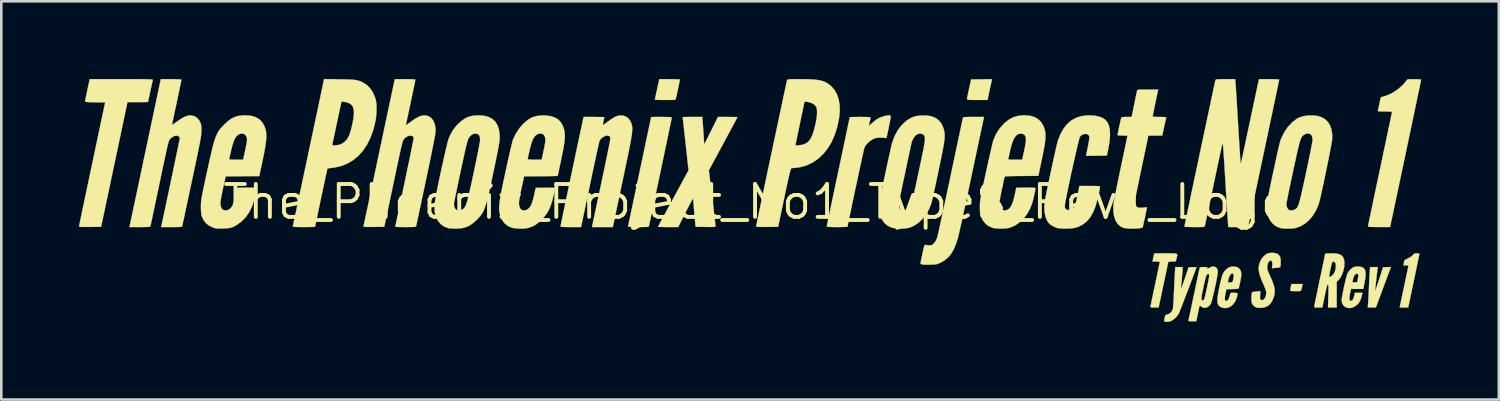
<source format=kicad_pcb>
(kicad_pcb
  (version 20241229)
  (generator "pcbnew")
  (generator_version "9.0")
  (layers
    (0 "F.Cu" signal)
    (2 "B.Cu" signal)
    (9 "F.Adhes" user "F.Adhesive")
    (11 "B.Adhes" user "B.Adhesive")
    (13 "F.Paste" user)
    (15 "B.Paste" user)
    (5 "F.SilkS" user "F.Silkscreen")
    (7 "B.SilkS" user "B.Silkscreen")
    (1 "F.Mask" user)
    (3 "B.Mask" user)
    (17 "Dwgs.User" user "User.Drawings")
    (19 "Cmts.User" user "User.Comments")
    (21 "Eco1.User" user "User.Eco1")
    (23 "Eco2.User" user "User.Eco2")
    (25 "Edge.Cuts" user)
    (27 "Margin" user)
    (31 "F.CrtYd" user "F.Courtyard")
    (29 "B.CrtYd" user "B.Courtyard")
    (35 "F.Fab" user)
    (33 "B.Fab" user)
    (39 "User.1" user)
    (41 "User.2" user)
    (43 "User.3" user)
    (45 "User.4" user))
  (footprint "The_Phoenix_Project_No1_TypeS_Rev1_Logo"
    (layer "F.Cu")
    (at 26.187 4.75)
    (property "Reference" "The_Phoenix_Project_No1_TypeS_Rev1_Logo" (at 0 0 0) (layer "F.SilkS") (effects (font (size 1.27 1.27) (thickness 0.15))))
    (attr through_hole)
    (fp_poly (pts (xy 21.08 3.265) (xy 21.062 3.349) (xy 21.048 3.403) (xy 21.028 3.433) (xy 20.992 3.447) (xy 20.934 3.451) (xy 20.843 3.45) (xy 20.828 3.45) (xy 20.739 3.449) (xy 20.668 3.444) (xy 20.625 3.438) (xy 20.616 3.433) (xy 20.62 3.404) (xy 20.63 3.347) (xy 20.64 3.295) (xy 20.665 3.175) (xy 21.099 3.175) (xy 21.08 3.265)) (stroke (width 0.01) (type solid)) (fill yes) (layer "F.SilkS"))
    (fp_poly (pts (xy 9.058 -4.567) (xy 9.036 -4.467) (xy 9.009 -4.346) (xy 8.983 -4.222) (xy 8.971 -4.165) (xy 8.924 -3.937) (xy 8.526 -3.937) (xy 8.387 -3.937) (xy 8.284 -3.938) (xy 8.213 -3.941) (xy 8.167 -3.946) (xy 8.142 -3.953) (xy 8.131 -3.963) (xy 8.129 -3.974) (xy 8.133 -4.006) (xy 8.146 -4.072) (xy 8.165 -4.164) (xy 8.188 -4.275) (xy 8.209 -4.371) (xy 8.288 -4.731) (xy 8.693 -4.736) (xy 9.097 -4.742) (xy 9.058 -4.567)) (stroke (width 0.01) (type solid)) (fill yes) (layer "F.SilkS"))
    (fp_poly (pts (xy -3.237 -4.74) (xy -3.129 -4.738) (xy -3.042 -4.734) (xy -2.985 -4.729) (xy -2.963 -4.723) (xy -2.963 -4.723) (xy -2.968 -4.699) (xy -2.979 -4.641) (xy -2.997 -4.558) (xy -3.018 -4.459) (xy -3.041 -4.35) (xy -3.065 -4.241) (xy -3.087 -4.138) (xy -3.107 -4.052) (xy -3.121 -3.989) (xy -3.122 -3.985) (xy -3.127 -3.968) (xy -3.137 -3.956) (xy -3.157 -3.947) (xy -3.194 -3.942) (xy -3.253 -3.939) (xy -3.34 -3.937) (xy -3.46 -3.937) (xy -3.537 -3.937) (xy -3.677 -3.937) (xy -3.78 -3.938) (xy -3.851 -3.941) (xy -3.897 -3.945) (xy -3.921 -3.952) (xy -3.93 -3.961) (xy -3.93 -3.974) (xy -3.922 -4.006) (xy -3.907 -4.072) (xy -3.887 -4.164) (xy -3.862 -4.276) (xy -3.84 -4.376) (xy -3.761 -4.741) (xy -3.362 -4.741) (xy -3.237 -4.74)) (stroke (width 0.01) (type solid)) (fill yes) (layer "F.SilkS"))
    (fp_poly (pts (xy 24.453 2.673) (xy 24.431 2.732) (xy 24.396 2.824) (xy 24.352 2.944) (xy 24.3 3.084) (xy 24.243 3.237) (xy 24.183 3.399) (xy 24.162 3.457) (xy 23.929 4.085) (xy 23.773 4.085) (xy 23.617 4.085) (xy 23.629 3.921) (xy 23.634 3.853) (xy 23.64 3.751) (xy 23.646 3.623) (xy 23.653 3.478) (xy 23.661 3.323) (xy 23.665 3.228) (xy 23.671 3.077) (xy 23.678 2.936) (xy 23.685 2.81) (xy 23.691 2.709) (xy 23.696 2.637) (xy 23.698 2.609) (xy 23.709 2.519) (xy 24.005 2.519) (xy 23.994 2.588) (xy 23.987 2.632) (xy 23.978 2.707) (xy 23.967 2.806) (xy 23.954 2.918) (xy 23.94 3.038) (xy 23.927 3.156) (xy 23.916 3.265) (xy 23.907 3.356) (xy 23.9 3.422) (xy 23.898 3.455) (xy 23.898 3.456) (xy 23.904 3.444) (xy 23.922 3.397) (xy 23.948 3.32) (xy 23.983 3.218) (xy 24.023 3.097) (xy 24.052 3.006) (xy 24.205 2.529) (xy 24.358 2.523) (xy 24.511 2.517) (xy 24.453 2.673)) (stroke (width 0.01) (type solid)) (fill yes) (layer "F.SilkS"))
    (fp_poly (pts (xy 16.078 1.99) (xy 16.159 1.993) (xy 16.212 2.002) (xy 16.242 2.017) (xy 16.254 2.043) (xy 16.251 2.079) (xy 16.239 2.13) (xy 16.227 2.18) (xy 16.2 2.297) (xy 16.054 2.307) (xy 15.909 2.318) (xy 15.755 3.048) (xy 15.717 3.226) (xy 15.681 3.397) (xy 15.647 3.555) (xy 15.618 3.695) (xy 15.593 3.809) (xy 15.575 3.893) (xy 15.567 3.932) (xy 15.533 4.085) (xy 15.376 4.085) (xy 15.287 4.083) (xy 15.236 4.074) (xy 15.219 4.06) (xy 15.219 4.059) (xy 15.223 4.033) (xy 15.235 3.97) (xy 15.255 3.875) (xy 15.28 3.752) (xy 15.31 3.606) (xy 15.345 3.441) (xy 15.383 3.261) (xy 15.399 3.186) (xy 15.438 3.002) (xy 15.474 2.832) (xy 15.506 2.678) (xy 15.533 2.547) (xy 15.555 2.442) (xy 15.57 2.367) (xy 15.578 2.328) (xy 15.579 2.323) (xy 15.559 2.315) (xy 15.509 2.309) (xy 15.439 2.307) (xy 15.299 2.307) (xy 15.313 2.228) (xy 15.329 2.149) (xy 15.348 2.071) (xy 15.348 2.069) (xy 15.369 1.99) (xy 15.812 1.99) (xy 15.964 1.989) (xy 16.078 1.99)) (stroke (width 0.01) (type solid)) (fill yes) (layer "F.SilkS"))
    (fp_poly (pts (xy 25.569 1.993) (xy 25.606 2) (xy 25.612 2.006) (xy 25.608 2.029) (xy 25.596 2.089) (xy 25.577 2.183) (xy 25.551 2.307) (xy 25.52 2.456) (xy 25.485 2.626) (xy 25.446 2.813) (xy 25.403 3.014) (xy 25.395 3.053) (xy 25.178 4.085) (xy 25.014 4.085) (xy 24.936 4.084) (xy 24.879 4.082) (xy 24.851 4.079) (xy 24.85 4.078) (xy 24.854 4.056) (xy 24.866 3.998) (xy 24.885 3.907) (xy 24.91 3.788) (xy 24.94 3.646) (xy 24.974 3.486) (xy 25.011 3.31) (xy 25.019 3.273) (xy 25.057 3.095) (xy 25.091 2.931) (xy 25.122 2.784) (xy 25.148 2.66) (xy 25.169 2.562) (xy 25.182 2.496) (xy 25.188 2.466) (xy 25.188 2.465) (xy 25.169 2.459) (xy 25.121 2.456) (xy 25.091 2.455) (xy 24.994 2.455) (xy 25.009 2.365) (xy 25.02 2.307) (xy 25.029 2.269) (xy 25.031 2.263) (xy 25.053 2.248) (xy 25.102 2.221) (xy 25.169 2.186) (xy 25.178 2.182) (xy 25.254 2.139) (xy 25.321 2.092) (xy 25.362 2.052) (xy 25.397 2.013) (xy 25.437 1.995) (xy 25.5 1.99) (xy 25.51 1.99) (xy 25.569 1.993)) (stroke (width 0.01) (type solid)) (fill yes) (layer "F.SilkS"))
    (fp_poly (pts (xy -3.538 -3.28) (xy -3.435 -3.279) (xy -3.363 -3.276) (xy -3.317 -3.271) (xy -3.292 -3.264) (xy -3.282 -3.254) (xy -3.281 -3.247) (xy -3.285 -3.223) (xy -3.297 -3.161) (xy -3.317 -3.064) (xy -3.344 -2.936) (xy -3.376 -2.781) (xy -3.413 -2.601) (xy -3.455 -2.399) (xy -3.501 -2.181) (xy -3.55 -1.948) (xy -3.601 -1.704) (xy -3.654 -1.453) (xy -3.707 -1.198) (xy -3.761 -0.943) (xy -3.814 -0.69) (xy -3.867 -0.443) (xy -3.917 -0.206) (xy -3.964 0.017) (xy -4.008 0.225) (xy -4.048 0.413) (xy -4.083 0.577) (xy -4.113 0.715) (xy -4.136 0.822) (xy -4.152 0.897) (xy -4.161 0.934) (xy -4.162 0.937) (xy -4.169 0.95) (xy -4.185 0.959) (xy -4.217 0.966) (xy -4.269 0.97) (xy -4.348 0.972) (xy -4.459 0.973) (xy -4.576 0.974) (xy -4.721 0.973) (xy -4.829 0.971) (xy -4.903 0.967) (xy -4.948 0.962) (xy -4.968 0.954) (xy -4.97 0.947) (xy -4.964 0.923) (xy -4.951 0.861) (xy -4.929 0.762) (xy -4.901 0.631) (xy -4.867 0.469) (xy -4.827 0.28) (xy -4.781 0.066) (xy -4.731 -0.169) (xy -4.677 -0.424) (xy -4.62 -0.695) (xy -4.56 -0.979) (xy -4.518 -1.18) (xy -4.075 -3.28) (xy -3.678 -3.281) (xy -3.538 -3.28)) (stroke (width 0.01) (type solid)) (fill yes) (layer "F.SilkS"))
    (fp_poly (pts (xy -24.547 -4.741) (xy -24.288 -4.741) (xy -24.069 -4.741) (xy -23.886 -4.741) (xy -23.735 -4.74) (xy -23.614 -4.738) (xy -23.52 -4.736) (xy -23.449 -4.734) (xy -23.398 -4.731) (xy -23.364 -4.726) (xy -23.344 -4.721) (xy -23.335 -4.715) (xy -23.333 -4.708) (xy -23.334 -4.704) (xy -23.341 -4.673) (xy -23.355 -4.61) (xy -23.375 -4.523) (xy -23.398 -4.418) (xy -23.423 -4.305) (xy -23.447 -4.19) (xy -23.471 -4.082) (xy -23.491 -3.987) (xy -23.506 -3.915) (xy -23.515 -3.871) (xy -23.516 -3.863) (xy -23.536 -3.859) (xy -23.592 -3.857) (xy -23.677 -3.854) (xy -23.785 -3.853) (xy -23.909 -3.852) (xy -24.312 -3.852) (xy -24.82 -1.445) (xy -25.329 0.963) (xy -25.756 0.969) (xy -25.907 0.97) (xy -26.02 0.97) (xy -26.099 0.968) (xy -26.15 0.963) (xy -26.176 0.956) (xy -26.182 0.948) (xy -26.178 0.924) (xy -26.165 0.861) (xy -26.145 0.762) (xy -26.118 0.63) (xy -26.084 0.467) (xy -26.044 0.275) (xy -25.998 0.058) (xy -25.948 -0.182) (xy -25.893 -0.443) (xy -25.834 -0.721) (xy -25.772 -1.015) (xy -25.707 -1.321) (xy -25.678 -1.46) (xy -25.174 -3.842) (xy -25.562 -3.848) (xy -25.709 -3.85) (xy -25.817 -3.855) (xy -25.89 -3.86) (xy -25.934 -3.868) (xy -25.95 -3.877) (xy -25.951 -3.879) (xy -25.946 -3.907) (xy -25.935 -3.97) (xy -25.916 -4.06) (xy -25.893 -4.172) (xy -25.866 -4.298) (xy -25.861 -4.323) (xy -25.771 -4.741) (xy -24.547 -4.741)) (stroke (width 0.01) (type solid)) (fill yes) (layer "F.SilkS"))
    (fp_poly (pts (xy 23.347 2.509) (xy 23.411 2.53) (xy 23.469 2.571) (xy 23.508 2.628) (xy 23.529 2.705) (xy 23.534 2.808) (xy 23.522 2.941) (xy 23.494 3.108) (xy 23.491 3.126) (xy 23.444 3.365) (xy 22.969 3.365) (xy 22.934 3.522) (xy 22.911 3.65) (xy 22.906 3.742) (xy 22.92 3.8) (xy 22.954 3.826) (xy 22.959 3.827) (xy 23.008 3.815) (xy 23.049 3.762) (xy 23.083 3.668) (xy 23.094 3.625) (xy 23.118 3.514) (xy 23.411 3.514) (xy 23.398 3.572) (xy 23.365 3.706) (xy 23.326 3.809) (xy 23.279 3.892) (xy 23.221 3.961) (xy 23.114 4.046) (xy 22.999 4.095) (xy 22.882 4.105) (xy 22.767 4.075) (xy 22.754 4.069) (xy 22.679 4.009) (xy 22.628 3.921) (xy 22.606 3.814) (xy 22.606 3.796) (xy 22.611 3.739) (xy 22.625 3.651) (xy 22.645 3.539) (xy 22.671 3.412) (xy 22.7 3.276) (xy 22.73 3.141) (xy 22.737 3.114) (xy 23.025 3.114) (xy 23.116 3.108) (xy 23.208 3.101) (xy 23.234 2.974) (xy 23.25 2.878) (xy 23.249 2.816) (xy 23.23 2.784) (xy 23.192 2.776) (xy 23.183 2.777) (xy 23.132 2.803) (xy 23.087 2.866) (xy 23.053 2.958) (xy 23.04 3.023) (xy 23.025 3.114) (xy 22.737 3.114) (xy 22.761 3.014) (xy 22.789 2.904) (xy 22.814 2.818) (xy 22.833 2.764) (xy 22.835 2.759) (xy 22.893 2.673) (xy 22.967 2.594) (xy 23.044 2.536) (xy 23.078 2.52) (xy 23.159 2.502) (xy 23.255 2.499) (xy 23.347 2.509)) (stroke (width 0.01) (type solid)) (fill yes) (layer "F.SilkS"))
    (fp_poly (pts (xy 16.4 2.52) (xy 16.444 2.526) (xy 16.464 2.539) (xy 16.468 2.556) (xy 16.466 2.588) (xy 16.46 2.654) (xy 16.452 2.745) (xy 16.442 2.855) (xy 16.431 2.974) (xy 16.419 3.095) (xy 16.408 3.21) (xy 16.398 3.31) (xy 16.394 3.344) (xy 16.397 3.358) (xy 16.411 3.333) (xy 16.437 3.27) (xy 16.474 3.172) (xy 16.52 3.04) (xy 16.539 2.985) (xy 16.693 2.529) (xy 16.845 2.523) (xy 16.919 2.521) (xy 16.973 2.522) (xy 16.997 2.526) (xy 16.997 2.527) (xy 16.989 2.55) (xy 16.969 2.609) (xy 16.936 2.697) (xy 16.894 2.809) (xy 16.845 2.942) (xy 16.789 3.09) (xy 16.729 3.247) (xy 16.667 3.41) (xy 16.604 3.573) (xy 16.543 3.732) (xy 16.486 3.881) (xy 16.434 4.016) (xy 16.388 4.131) (xy 16.352 4.222) (xy 16.327 4.285) (xy 16.316 4.311) (xy 16.257 4.4) (xy 16.177 4.488) (xy 16.088 4.562) (xy 16.012 4.605) (xy 15.946 4.625) (xy 15.875 4.635) (xy 15.81 4.634) (xy 15.764 4.624) (xy 15.748 4.605) (xy 15.752 4.567) (xy 15.763 4.506) (xy 15.77 4.47) (xy 15.786 4.407) (xy 15.805 4.375) (xy 15.838 4.359) (xy 15.874 4.352) (xy 15.959 4.318) (xy 16.029 4.251) (xy 16.077 4.157) (xy 16.084 4.132) (xy 16.09 4.09) (xy 16.097 4.013) (xy 16.105 3.906) (xy 16.113 3.776) (xy 16.12 3.629) (xy 16.127 3.472) (xy 16.127 3.471) (xy 16.135 3.307) (xy 16.142 3.146) (xy 16.149 2.997) (xy 16.155 2.867) (xy 16.161 2.765) (xy 16.165 2.704) (xy 16.177 2.519) (xy 16.323 2.519) (xy 16.4 2.52)) (stroke (width 0.01) (type solid)) (fill yes) (layer "F.SilkS"))
    (fp_poly (pts (xy 25.532 -4.739) (xy 25.61 -4.736) (xy 25.656 -4.729) (xy 25.675 -4.718) (xy 25.676 -4.715) (xy 25.671 -4.691) (xy 25.659 -4.629) (xy 25.639 -4.53) (xy 25.611 -4.396) (xy 25.577 -4.231) (xy 25.536 -4.037) (xy 25.49 -3.815) (xy 25.438 -3.569) (xy 25.382 -3.3) (xy 25.321 -3.012) (xy 25.257 -2.706) (xy 25.189 -2.386) (xy 25.119 -2.053) (xy 25.078 -1.858) (xy 24.479 0.973) (xy 24.051 0.973) (xy 23.921 0.973) (xy 23.807 0.97) (xy 23.716 0.967) (xy 23.652 0.962) (xy 23.623 0.957) (xy 23.622 0.956) (xy 23.626 0.933) (xy 23.639 0.872) (xy 23.659 0.774) (xy 23.686 0.644) (xy 23.72 0.482) (xy 23.76 0.293) (xy 23.805 0.079) (xy 23.854 -0.157) (xy 23.908 -0.413) (xy 23.966 -0.686) (xy 24.027 -0.974) (xy 24.088 -1.261) (xy 24.151 -1.56) (xy 24.211 -1.847) (xy 24.269 -2.119) (xy 24.323 -2.374) (xy 24.372 -2.61) (xy 24.417 -2.823) (xy 24.457 -3.011) (xy 24.49 -3.171) (xy 24.517 -3.3) (xy 24.537 -3.396) (xy 24.549 -3.456) (xy 24.553 -3.477) (xy 24.533 -3.483) (xy 24.479 -3.487) (xy 24.398 -3.491) (xy 24.298 -3.492) (xy 24.276 -3.493) (xy 24.163 -3.493) (xy 24.086 -3.494) (xy 24.039 -3.498) (xy 24.015 -3.505) (xy 24.007 -3.517) (xy 24.009 -3.534) (xy 24.01 -3.539) (xy 24.019 -3.578) (xy 24.035 -3.648) (xy 24.054 -3.738) (xy 24.069 -3.809) (xy 24.088 -3.9) (xy 24.105 -3.975) (xy 24.116 -4.024) (xy 24.121 -4.039) (xy 24.142 -4.047) (xy 24.193 -4.063) (xy 24.25 -4.078) (xy 24.433 -4.143) (xy 24.62 -4.242) (xy 24.8 -4.366) (xy 24.961 -4.51) (xy 25.049 -4.607) (xy 25.157 -4.738) (xy 25.416 -4.74) (xy 25.532 -4.739)) (stroke (width 0.01) (type solid)) (fill yes) (layer "F.SilkS"))
    (fp_poly (pts (xy 18.491 2.503) (xy 18.59 2.53) (xy 18.661 2.587) (xy 18.704 2.661) (xy 18.719 2.706) (xy 18.728 2.755) (xy 18.729 2.814) (xy 18.722 2.889) (xy 18.707 2.986) (xy 18.682 3.11) (xy 18.648 3.268) (xy 18.637 3.317) (xy 18.63 3.338) (xy 18.615 3.351) (xy 18.584 3.36) (xy 18.53 3.365) (xy 18.444 3.369) (xy 18.39 3.37) (xy 18.154 3.376) (xy 18.115 3.556) (xy 18.094 3.678) (xy 18.092 3.764) (xy 18.11 3.815) (xy 18.148 3.831) (xy 18.195 3.814) (xy 18.235 3.763) (xy 18.271 3.673) (xy 18.297 3.572) (xy 18.306 3.541) (xy 18.324 3.523) (xy 18.36 3.516) (xy 18.425 3.514) (xy 18.447 3.514) (xy 18.517 3.515) (xy 18.561 3.524) (xy 18.581 3.546) (xy 18.581 3.591) (xy 18.563 3.663) (xy 18.541 3.736) (xy 18.483 3.865) (xy 18.403 3.971) (xy 18.306 4.048) (xy 18.196 4.095) (xy 18.082 4.106) (xy 17.967 4.08) (xy 17.96 4.077) (xy 17.899 4.043) (xy 17.853 4) (xy 17.823 3.943) (xy 17.807 3.868) (xy 17.805 3.77) (xy 17.817 3.646) (xy 17.843 3.49) (xy 17.881 3.298) (xy 17.885 3.28) (xy 17.922 3.111) (xy 18.208 3.111) (xy 18.298 3.111) (xy 18.354 3.109) (xy 18.384 3.096) (xy 18.401 3.059) (xy 18.412 3.017) (xy 18.433 2.91) (xy 18.435 2.83) (xy 18.418 2.78) (xy 18.385 2.764) (xy 18.336 2.784) (xy 18.336 2.784) (xy 18.292 2.832) (xy 18.256 2.912) (xy 18.227 3.022) (xy 18.208 3.111) (xy 17.922 3.111) (xy 17.923 3.111) (xy 17.955 2.977) (xy 17.985 2.872) (xy 18.015 2.791) (xy 18.048 2.727) (xy 18.085 2.674) (xy 18.13 2.625) (xy 18.15 2.607) (xy 18.241 2.539) (xy 18.338 2.505) (xy 18.454 2.5) (xy 18.491 2.503)) (stroke (width 0.01) (type solid)) (fill yes) (layer "F.SilkS"))
    (fp_poly (pts (xy 22.362 1.995) (xy 22.478 2.013) (xy 22.565 2.046) (xy 22.629 2.095) (xy 22.673 2.159) (xy 22.706 2.26) (xy 22.715 2.386) (xy 22.703 2.525) (xy 22.671 2.668) (xy 22.622 2.805) (xy 22.559 2.927) (xy 22.487 3.018) (xy 22.416 3.089) (xy 22.416 4.085) (xy 22.08 4.085) (xy 22.092 3.641) (xy 22.096 3.49) (xy 22.098 3.377) (xy 22.097 3.296) (xy 22.094 3.243) (xy 22.089 3.212) (xy 22.081 3.198) (xy 22.074 3.196) (xy 22.057 3.211) (xy 22.037 3.26) (xy 22.015 3.344) (xy 21.995 3.434) (xy 21.97 3.558) (xy 21.941 3.694) (xy 21.915 3.822) (xy 21.903 3.879) (xy 21.859 4.085) (xy 21.704 4.085) (xy 21.623 4.084) (xy 21.575 4.079) (xy 21.553 4.067) (xy 21.548 4.048) (xy 21.548 4.048) (xy 21.552 4.021) (xy 21.564 3.956) (xy 21.584 3.858) (xy 21.61 3.731) (xy 21.641 3.58) (xy 21.677 3.408) (xy 21.716 3.221) (xy 21.758 3.021) (xy 21.759 3.016) (xy 21.787 2.884) (xy 22.119 2.884) (xy 22.134 2.9) (xy 22.172 2.892) (xy 22.222 2.864) (xy 22.233 2.855) (xy 22.309 2.77) (xy 22.36 2.655) (xy 22.381 2.52) (xy 22.382 2.501) (xy 22.38 2.423) (xy 22.372 2.375) (xy 22.353 2.346) (xy 22.343 2.337) (xy 22.304 2.313) (xy 22.275 2.306) (xy 22.251 2.322) (xy 22.23 2.364) (xy 22.208 2.439) (xy 22.184 2.549) (xy 22.176 2.588) (xy 22.155 2.692) (xy 22.138 2.781) (xy 22.125 2.847) (xy 22.119 2.881) (xy 22.119 2.884) (xy 21.787 2.884) (xy 21.802 2.817) (xy 21.841 2.631) (xy 21.877 2.461) (xy 21.908 2.312) (xy 21.934 2.188) (xy 21.954 2.093) (xy 21.966 2.031) (xy 21.971 2.006) (xy 21.971 2.006) (xy 21.991 1.999) (xy 22.044 1.994) (xy 22.124 1.991) (xy 22.21 1.99) (xy 22.362 1.995)) (stroke (width 0.01) (type solid)) (fill yes) (layer "F.SilkS"))
    (fp_poly (pts (xy -2.089 -3.149) (xy -2.083 -3.084) (xy -2.076 -2.987) (xy -2.068 -2.868) (xy -2.059 -2.735) (xy -2.051 -2.614) (xy -2.025 -2.212) (xy -1.759 -2.746) (xy -1.493 -3.281) (xy -1.117 -3.281) (xy -0.996 -3.28) (xy -0.891 -3.279) (xy -0.809 -3.277) (xy -0.757 -3.275) (xy -0.741 -3.273) (xy -0.751 -3.253) (xy -0.779 -3.199) (xy -0.823 -3.116) (xy -0.883 -3.005) (xy -0.955 -2.87) (xy -1.038 -2.715) (xy -1.13 -2.544) (xy -1.23 -2.358) (xy -1.294 -2.241) (xy -1.846 -1.217) (xy -1.717 -0.159) (xy -1.691 0.049) (xy -1.668 0.245) (xy -1.646 0.425) (xy -1.627 0.584) (xy -1.611 0.719) (xy -1.599 0.825) (xy -1.591 0.898) (xy -1.587 0.935) (xy -1.587 0.937) (xy -1.59 0.95) (xy -1.602 0.96) (xy -1.629 0.966) (xy -1.677 0.97) (xy -1.751 0.971) (xy -1.857 0.97) (xy -1.974 0.969) (xy -2.36 0.963) (xy -2.406 0.434) (xy -2.419 0.287) (xy -2.431 0.153) (xy -2.441 0.038) (xy -2.448 -0.053) (xy -2.453 -0.112) (xy -2.454 -0.132) (xy -2.464 -0.123) (xy -2.489 -0.08) (xy -2.529 -0.008) (xy -2.581 0.089) (xy -2.643 0.207) (xy -2.712 0.342) (xy -2.743 0.403) (xy -3.03 0.974) (xy -3.42 0.974) (xy -3.543 0.973) (xy -3.651 0.972) (xy -3.735 0.97) (xy -3.79 0.967) (xy -3.81 0.964) (xy -3.8 0.944) (xy -3.772 0.89) (xy -3.727 0.805) (xy -3.667 0.694) (xy -3.594 0.558) (xy -3.51 0.402) (xy -3.416 0.228) (xy -3.314 0.04) (xy -3.22 -0.133) (xy -2.63 -1.22) (xy -2.743 -2.245) (xy -2.765 -2.449) (xy -2.786 -2.639) (xy -2.806 -2.812) (xy -2.822 -2.963) (xy -2.836 -3.09) (xy -2.847 -3.186) (xy -2.854 -3.25) (xy -2.857 -3.275) (xy -2.857 -3.276) (xy -2.837 -3.277) (xy -2.782 -3.279) (xy -2.697 -3.28) (xy -2.59 -3.281) (xy -2.479 -3.281) (xy -2.101 -3.281) (xy -2.089 -3.149)) (stroke (width 0.01) (type solid)) (fill yes) (layer "F.SilkS"))
    (fp_poly (pts (xy 20.032 1.979) (xy 20.113 2.004) (xy 20.123 2.01) (xy 20.189 2.063) (xy 20.231 2.131) (xy 20.251 2.223) (xy 20.253 2.345) (xy 20.253 2.351) (xy 20.248 2.43) (xy 20.242 2.491) (xy 20.236 2.523) (xy 20.235 2.525) (xy 20.211 2.531) (xy 20.155 2.54) (xy 20.08 2.548) (xy 20.07 2.549) (xy 19.914 2.564) (xy 19.928 2.451) (xy 19.931 2.36) (xy 19.913 2.298) (xy 19.878 2.27) (xy 19.842 2.273) (xy 19.789 2.31) (xy 19.753 2.385) (xy 19.734 2.496) (xy 19.732 2.553) (xy 19.736 2.603) (xy 19.751 2.658) (xy 19.779 2.728) (xy 19.823 2.826) (xy 19.823 2.826) (xy 19.902 3.002) (xy 19.96 3.148) (xy 19.998 3.272) (xy 20.019 3.38) (xy 20.022 3.48) (xy 20.01 3.578) (xy 19.984 3.68) (xy 19.983 3.683) (xy 19.919 3.837) (xy 19.836 3.955) (xy 19.731 4.037) (xy 19.603 4.083) (xy 19.524 4.095) (xy 19.442 4.097) (xy 19.366 4.093) (xy 19.329 4.087) (xy 19.236 4.042) (xy 19.164 3.966) (xy 19.132 3.899) (xy 19.123 3.846) (xy 19.119 3.772) (xy 19.12 3.687) (xy 19.126 3.605) (xy 19.135 3.537) (xy 19.147 3.495) (xy 19.151 3.491) (xy 19.178 3.482) (xy 19.236 3.472) (xy 19.312 3.463) (xy 19.317 3.462) (xy 19.467 3.448) (xy 19.457 3.606) (xy 19.453 3.687) (xy 19.455 3.737) (xy 19.464 3.765) (xy 19.484 3.783) (xy 19.493 3.788) (xy 19.55 3.799) (xy 19.603 3.77) (xy 19.648 3.704) (xy 19.673 3.639) (xy 19.687 3.582) (xy 19.694 3.53) (xy 19.689 3.475) (xy 19.673 3.409) (xy 19.643 3.325) (xy 19.598 3.216) (xy 19.556 3.121) (xy 19.483 2.945) (xy 19.433 2.796) (xy 19.405 2.667) (xy 19.399 2.551) (xy 19.414 2.44) (xy 19.449 2.328) (xy 19.471 2.275) (xy 19.525 2.185) (xy 19.601 2.098) (xy 19.685 2.028) (xy 19.74 1.998) (xy 19.829 1.975) (xy 19.932 1.969) (xy 20.032 1.979)) (stroke (width 0.01) (type solid)) (fill yes) (layer "F.SilkS"))
    (fp_poly (pts (xy 8.777 -3.233) (xy 8.771 -3.206) (xy 8.757 -3.141) (xy 8.735 -3.039) (xy 8.707 -2.905) (xy 8.672 -2.741) (xy 8.631 -2.548) (xy 8.585 -2.332) (xy 8.534 -2.093) (xy 8.48 -1.836) (xy 8.422 -1.562) (xy 8.361 -1.275) (xy 8.309 -1.027) (xy 8.245 -0.725) (xy 8.182 -0.431) (xy 8.121 -0.147) (xy 8.063 0.122) (xy 8.008 0.374) (xy 7.958 0.607) (xy 7.912 0.815) (xy 7.871 0.998) (xy 7.837 1.15) (xy 7.809 1.27) (xy 7.789 1.354) (xy 7.78 1.389) (xy 7.705 1.624) (xy 7.623 1.821) (xy 7.531 1.986) (xy 7.424 2.121) (xy 7.3 2.233) (xy 7.155 2.326) (xy 7.076 2.365) (xy 7.018 2.39) (xy 6.964 2.406) (xy 6.903 2.417) (xy 6.823 2.423) (xy 6.714 2.427) (xy 6.689 2.428) (xy 6.583 2.429) (xy 6.488 2.426) (xy 6.415 2.421) (xy 6.375 2.413) (xy 6.374 2.413) (xy 6.337 2.385) (xy 6.335 2.344) (xy 6.343 2.307) (xy 6.358 2.238) (xy 6.379 2.144) (xy 6.402 2.034) (xy 6.415 1.973) (xy 6.441 1.85) (xy 6.462 1.763) (xy 6.479 1.706) (xy 6.493 1.674) (xy 6.507 1.661) (xy 6.52 1.662) (xy 6.562 1.67) (xy 6.628 1.676) (xy 6.667 1.678) (xy 6.732 1.678) (xy 6.776 1.668) (xy 6.816 1.638) (xy 6.858 1.595) (xy 6.923 1.508) (xy 6.971 1.399) (xy 6.982 1.363) (xy 6.993 1.322) (xy 7.011 1.243) (xy 7.037 1.129) (xy 7.069 0.982) (xy 7.108 0.805) (xy 7.152 0.601) (xy 7.201 0.374) (xy 7.255 0.126) (xy 7.312 -0.141) (xy 7.372 -0.422) (xy 7.435 -0.715) (xy 7.492 -0.984) (xy 7.555 -1.284) (xy 7.616 -1.572) (xy 7.674 -1.846) (xy 7.729 -2.104) (xy 7.78 -2.342) (xy 7.825 -2.558) (xy 7.866 -2.749) (xy 7.901 -2.912) (xy 7.929 -3.045) (xy 7.95 -3.145) (xy 7.964 -3.209) (xy 7.969 -3.233) (xy 7.974 -3.25) (xy 7.984 -3.262) (xy 8.005 -3.27) (xy 8.041 -3.276) (xy 8.1 -3.279) (xy 8.187 -3.28) (xy 8.307 -3.281) (xy 8.385 -3.281) (xy 8.789 -3.281) (xy 8.777 -3.233)) (stroke (width 0.01) (type solid)) (fill yes) (layer "F.SilkS"))
    (fp_poly (pts (xy 17.754 2.534) (xy 17.802 2.596) (xy 17.822 2.685) (xy 17.822 2.694) (xy 17.818 2.751) (xy 17.804 2.84) (xy 17.784 2.953) (xy 17.759 3.085) (xy 17.73 3.227) (xy 17.698 3.373) (xy 17.665 3.517) (xy 17.633 3.651) (xy 17.604 3.769) (xy 17.578 3.863) (xy 17.557 3.926) (xy 17.547 3.947) (xy 17.477 4.031) (xy 17.396 4.082) (xy 17.309 4.098) (xy 17.226 4.076) (xy 17.173 4.039) (xy 17.153 4.02) (xy 17.138 4.01) (xy 17.125 4.014) (xy 17.114 4.036) (xy 17.1 4.083) (xy 17.083 4.159) (xy 17.061 4.268) (xy 17.047 4.334) (xy 16.989 4.614) (xy 16.833 4.614) (xy 16.753 4.613) (xy 16.707 4.609) (xy 16.688 4.599) (xy 16.686 4.581) (xy 16.687 4.577) (xy 16.694 4.55) (xy 16.708 4.485) (xy 16.729 4.387) (xy 16.757 4.261) (xy 16.789 4.11) (xy 16.825 3.939) (xy 16.865 3.753) (xy 16.868 3.736) (xy 17.189 3.736) (xy 17.192 3.776) (xy 17.204 3.799) (xy 17.224 3.809) (xy 17.242 3.81) (xy 17.274 3.793) (xy 17.292 3.769) (xy 17.303 3.737) (xy 17.321 3.67) (xy 17.343 3.575) (xy 17.37 3.459) (xy 17.399 3.328) (xy 17.41 3.278) (xy 17.441 3.127) (xy 17.464 3.011) (xy 17.479 2.926) (xy 17.487 2.868) (xy 17.488 2.83) (xy 17.482 2.807) (xy 17.477 2.799) (xy 17.45 2.783) (xy 17.42 2.796) (xy 17.404 2.809) (xy 17.387 2.831) (xy 17.37 2.87) (xy 17.35 2.93) (xy 17.328 3.018) (xy 17.3 3.137) (xy 17.266 3.293) (xy 17.265 3.302) (xy 17.232 3.46) (xy 17.208 3.582) (xy 17.194 3.673) (xy 17.189 3.736) (xy 16.868 3.736) (xy 16.902 3.577) (xy 16.944 3.38) (xy 16.983 3.194) (xy 17.019 3.024) (xy 17.051 2.875) (xy 17.077 2.75) (xy 17.098 2.654) (xy 17.112 2.591) (xy 17.117 2.566) (xy 17.127 2.541) (xy 17.147 2.527) (xy 17.189 2.52) (xy 17.261 2.519) (xy 17.274 2.519) (xy 17.354 2.521) (xy 17.399 2.528) (xy 17.418 2.541) (xy 17.42 2.551) (xy 17.423 2.575) (xy 17.438 2.579) (xy 17.474 2.561) (xy 17.51 2.54) (xy 17.601 2.503) (xy 17.685 2.502) (xy 17.754 2.534)) (stroke (width 0.01) (type solid)) (fill yes) (layer "F.SilkS"))
    (fp_poly (pts (xy -5.16 -3.334) (xy -5.043 -3.292) (xy -4.945 -3.215) (xy -4.871 -3.108) (xy -4.837 -3.023) (xy -4.825 -2.981) (xy -4.816 -2.94) (xy -4.809 -2.897) (xy -4.805 -2.849) (xy -4.804 -2.795) (xy -4.808 -2.73) (xy -4.816 -2.652) (xy -4.829 -2.559) (xy -4.847 -2.448) (xy -4.871 -2.315) (xy -4.9 -2.158) (xy -4.937 -1.975) (xy -4.98 -1.762) (xy -5.031 -1.518) (xy -5.09 -1.238) (xy -5.157 -0.92) (xy -5.18 -0.81) (xy -5.556 0.974) (xy -5.96 0.974) (xy -6.363 0.974) (xy -6.008 -0.693) (xy -5.953 -0.954) (xy -5.9 -1.204) (xy -5.851 -1.44) (xy -5.805 -1.659) (xy -5.764 -1.858) (xy -5.729 -2.032) (xy -5.699 -2.18) (xy -5.676 -2.297) (xy -5.661 -2.381) (xy -5.653 -2.428) (xy -5.652 -2.435) (xy -5.662 -2.506) (xy -5.695 -2.546) (xy -5.76 -2.561) (xy -5.781 -2.561) (xy -5.854 -2.545) (xy -5.935 -2.503) (xy -6.009 -2.445) (xy -6.061 -2.381) (xy -6.067 -2.37) (xy -6.075 -2.341) (xy -6.091 -2.275) (xy -6.114 -2.173) (xy -6.144 -2.04) (xy -6.18 -1.878) (xy -6.22 -1.691) (xy -6.265 -1.482) (xy -6.314 -1.254) (xy -6.366 -1.011) (xy -6.42 -0.755) (xy -6.437 -0.672) (xy -6.783 0.974) (xy -7.181 0.974) (xy -7.325 0.973) (xy -7.432 0.971) (xy -7.506 0.967) (xy -7.551 0.962) (xy -7.574 0.953) (xy -7.578 0.946) (xy -7.573 0.923) (xy -7.561 0.862) (xy -7.541 0.766) (xy -7.515 0.639) (xy -7.483 0.484) (xy -7.445 0.305) (xy -7.403 0.104) (xy -7.358 -0.114) (xy -7.309 -0.346) (xy -7.258 -0.589) (xy -7.205 -0.839) (xy -7.151 -1.094) (xy -7.097 -1.349) (xy -7.044 -1.602) (xy -6.992 -1.848) (xy -6.942 -2.085) (xy -6.894 -2.309) (xy -6.85 -2.517) (xy -6.81 -2.705) (xy -6.775 -2.87) (xy -6.745 -3.008) (xy -6.722 -3.117) (xy -6.705 -3.192) (xy -6.697 -3.23) (xy -6.696 -3.232) (xy -6.684 -3.281) (xy -6.284 -3.281) (xy -6.159 -3.28) (xy -6.05 -3.279) (xy -5.964 -3.277) (xy -5.906 -3.275) (xy -5.884 -3.272) (xy -5.884 -3.272) (xy -5.889 -3.248) (xy -5.9 -3.194) (xy -5.917 -3.123) (xy -5.917 -3.121) (xy -5.932 -3.049) (xy -5.941 -2.995) (xy -5.941 -2.971) (xy -5.941 -2.971) (xy -5.922 -2.979) (xy -5.876 -3.008) (xy -5.811 -3.054) (xy -5.749 -3.1) (xy -5.627 -3.189) (xy -5.528 -3.253) (xy -5.444 -3.296) (xy -5.368 -3.323) (xy -5.291 -3.338) (xy -5.29 -3.338) (xy -5.16 -3.334)) (stroke (width 0.01) (type solid)) (fill yes) (layer "F.SilkS"))
    (fp_poly (pts (xy 5.174 -3.33) (xy 5.186 -3.304) (xy 5.182 -3.273) (xy 5.17 -3.209) (xy 5.154 -3.12) (xy 5.133 -3.012) (xy 5.109 -2.895) (xy 5.085 -2.776) (xy 5.062 -2.663) (xy 5.04 -2.564) (xy 5.026 -2.502) (xy 5.01 -2.467) (xy 4.976 -2.466) (xy 4.97 -2.467) (xy 4.927 -2.474) (xy 4.856 -2.479) (xy 4.772 -2.48) (xy 4.766 -2.48) (xy 4.664 -2.475) (xy 4.583 -2.459) (xy 4.506 -2.428) (xy 4.495 -2.423) (xy 4.377 -2.35) (xy 4.275 -2.258) (xy 4.197 -2.157) (xy 4.161 -2.08) (xy 4.153 -2.047) (xy 4.137 -1.978) (xy 4.114 -1.876) (xy 4.085 -1.746) (xy 4.051 -1.59) (xy 4.013 -1.415) (xy 3.972 -1.222) (xy 3.928 -1.017) (xy 3.882 -0.804) (xy 3.835 -0.586) (xy 3.789 -0.367) (xy 3.743 -0.152) (xy 3.699 0.055) (xy 3.658 0.25) (xy 3.62 0.43) (xy 3.587 0.59) (xy 3.559 0.726) (xy 3.537 0.835) (xy 3.522 0.911) (xy 3.514 0.952) (xy 3.514 0.957) (xy 3.494 0.962) (xy 3.438 0.967) (xy 3.352 0.97) (xy 3.244 0.973) (xy 3.12 0.974) (xy 3.111 0.974) (xy 2.975 0.973) (xy 2.862 0.97) (xy 2.777 0.965) (xy 2.724 0.96) (xy 2.709 0.954) (xy 2.714 0.931) (xy 2.726 0.869) (xy 2.746 0.772) (xy 2.773 0.641) (xy 2.807 0.48) (xy 2.847 0.292) (xy 2.891 0.079) (xy 2.941 -0.156) (xy 2.994 -0.41) (xy 3.051 -0.68) (xy 3.112 -0.964) (xy 3.154 -1.163) (xy 3.216 -1.454) (xy 3.275 -1.734) (xy 3.331 -1.998) (xy 3.383 -2.246) (xy 3.431 -2.473) (xy 3.474 -2.678) (xy 3.512 -2.857) (xy 3.519 -2.889) (xy 4.318 -2.889) (xy 4.329 -2.879) (xy 4.339 -2.889) (xy 4.329 -2.9) (xy 4.318 -2.889) (xy 3.519 -2.889) (xy 3.543 -3.007) (xy 3.569 -3.126) (xy 3.586 -3.211) (xy 3.596 -3.26) (xy 3.598 -3.271) (xy 3.618 -3.274) (xy 3.674 -3.277) (xy 3.76 -3.279) (xy 3.868 -3.28) (xy 3.992 -3.281) (xy 4 -3.281) (xy 4.148 -3.28) (xy 4.257 -3.278) (xy 4.333 -3.274) (xy 4.379 -3.268) (xy 4.4 -3.26) (xy 4.402 -3.254) (xy 4.397 -3.221) (xy 4.384 -3.16) (xy 4.37 -3.101) (xy 4.354 -3.03) (xy 4.343 -2.974) (xy 4.339 -2.949) (xy 4.353 -2.951) (xy 4.389 -2.978) (xy 4.441 -3.025) (xy 4.461 -3.044) (xy 4.614 -3.172) (xy 4.778 -3.263) (xy 4.922 -3.312) (xy 5.043 -3.338) (xy 5.127 -3.344) (xy 5.174 -3.33)) (stroke (width 0.01) (type solid)) (fill yes) (layer "F.SilkS"))
    (fp_poly (pts (xy 1.939 -4.739) (xy 2.134 -4.732) (xy 2.298 -4.718) (xy 2.437 -4.697) (xy 2.554 -4.667) (xy 2.656 -4.627) (xy 2.747 -4.575) (xy 2.834 -4.51) (xy 2.889 -4.463) (xy 3.011 -4.323) (xy 3.106 -4.154) (xy 3.171 -3.958) (xy 3.208 -3.74) (xy 3.214 -3.503) (xy 3.189 -3.249) (xy 3.186 -3.228) (xy 3.115 -2.894) (xy 3.018 -2.588) (xy 2.895 -2.311) (xy 2.747 -2.064) (xy 2.575 -1.849) (xy 2.381 -1.668) (xy 2.165 -1.521) (xy 1.968 -1.425) (xy 1.835 -1.379) (xy 1.693 -1.343) (xy 1.556 -1.319) (xy 1.46 -1.312) (xy 1.395 -1.308) (xy 1.345 -1.297) (xy 1.334 -1.292) (xy 1.322 -1.268) (xy 1.304 -1.207) (xy 1.278 -1.109) (xy 1.245 -0.971) (xy 1.205 -0.795) (xy 1.158 -0.579) (xy 1.103 -0.322) (xy 1.068 -0.154) (xy 0.832 0.963) (xy 0.406 0.969) (xy 0.239 0.97) (xy 0.113 0.969) (xy 0.029 0.964) (xy -0.014 0.958) (xy -0.021 0.952) (xy -0.017 0.929) (xy -0.004 0.868) (xy 0.016 0.771) (xy 0.043 0.641) (xy 0.076 0.482) (xy 0.115 0.296) (xy 0.159 0.085) (xy 0.208 -0.146) (xy 0.261 -0.395) (xy 0.317 -0.66) (xy 0.375 -0.936) (xy 0.435 -1.223) (xy 0.497 -1.515) (xy 0.56 -1.811) (xy 0.623 -2.108) (xy 0.641 -2.193) (xy 1.502 -2.193) (xy 1.521 -2.184) (xy 1.571 -2.182) (xy 1.639 -2.187) (xy 1.715 -2.198) (xy 1.786 -2.213) (xy 1.843 -2.231) (xy 1.844 -2.231) (xy 1.93 -2.276) (xy 2.004 -2.335) (xy 2.069 -2.413) (xy 2.125 -2.515) (xy 2.177 -2.644) (xy 2.226 -2.805) (xy 2.274 -3.004) (xy 2.287 -3.059) (xy 2.319 -3.236) (xy 2.334 -3.395) (xy 2.334 -3.529) (xy 2.317 -3.633) (xy 2.296 -3.683) (xy 2.234 -3.754) (xy 2.139 -3.812) (xy 2.023 -3.852) (xy 1.958 -3.864) (xy 1.852 -3.877) (xy 1.677 -3.045) (xy 1.639 -2.863) (xy 1.603 -2.693) (xy 1.572 -2.541) (xy 1.545 -2.411) (xy 1.524 -2.308) (xy 1.509 -2.235) (xy 1.503 -2.197) (xy 1.502 -2.193) (xy 0.641 -2.193) (xy 0.685 -2.403) (xy 0.747 -2.692) (xy 0.806 -2.973) (xy 0.864 -3.244) (xy 0.918 -3.5) (xy 0.969 -3.739) (xy 1.016 -3.959) (xy 1.058 -4.156) (xy 1.095 -4.328) (xy 1.126 -4.471) (xy 1.15 -4.582) (xy 1.167 -4.66) (xy 1.176 -4.7) (xy 1.177 -4.704) (xy 1.183 -4.716) (xy 1.198 -4.725) (xy 1.226 -4.731) (xy 1.273 -4.736) (xy 1.342 -4.739) (xy 1.44 -4.74) (xy 1.571 -4.741) (xy 1.706 -4.741) (xy 1.939 -4.739)) (stroke (width 0.01) (type solid)) (fill yes) (layer "F.SilkS"))
    (fp_poly (pts (xy 13.054 -3.332) (xy 13.231 -3.297) (xy 13.377 -3.239) (xy 13.48 -3.167) (xy 13.562 -3.065) (xy 13.619 -2.93) (xy 13.65 -2.763) (xy 13.656 -2.563) (xy 13.637 -2.329) (xy 13.592 -2.062) (xy 13.581 -2.01) (xy 13.534 -1.789) (xy 13.131 -1.783) (xy 12.727 -1.777) (xy 12.799 -2.122) (xy 12.823 -2.245) (xy 12.841 -2.356) (xy 12.854 -2.445) (xy 12.858 -2.506) (xy 12.857 -2.524) (xy 12.826 -2.583) (xy 12.771 -2.617) (xy 12.701 -2.627) (xy 12.625 -2.614) (xy 12.553 -2.577) (xy 12.494 -2.518) (xy 12.489 -2.509) (xy 12.478 -2.478) (xy 12.459 -2.409) (xy 12.433 -2.307) (xy 12.401 -2.177) (xy 12.365 -2.022) (xy 12.325 -1.846) (xy 12.281 -1.653) (xy 12.235 -1.449) (xy 12.188 -1.237) (xy 12.141 -1.02) (xy 12.095 -0.805) (xy 12.05 -0.593) (xy 12.008 -0.391) (xy 11.969 -0.201) (xy 11.937 -0.038) (xy 11.915 0.092) (xy 11.91 0.188) (xy 11.925 0.253) (xy 11.96 0.293) (xy 12.017 0.313) (xy 12.083 0.317) (xy 12.154 0.31) (xy 12.208 0.281) (xy 12.234 0.258) (xy 12.259 0.231) (xy 12.279 0.201) (xy 12.298 0.163) (xy 12.316 0.109) (xy 12.336 0.036) (xy 12.359 -0.064) (xy 12.388 -0.197) (xy 12.407 -0.291) (xy 12.475 -0.614) (xy 12.873 -0.614) (xy 13.019 -0.613) (xy 13.128 -0.611) (xy 13.202 -0.607) (xy 13.248 -0.601) (xy 13.269 -0.593) (xy 13.271 -0.587) (xy 13.266 -0.545) (xy 13.253 -0.47) (xy 13.232 -0.372) (xy 13.207 -0.26) (xy 13.179 -0.142) (xy 13.15 -0.028) (xy 13.123 0.074) (xy 13.1 0.155) (xy 13.092 0.181) (xy 12.999 0.411) (xy 12.886 0.604) (xy 12.752 0.76) (xy 12.596 0.881) (xy 12.419 0.968) (xy 12.296 1.005) (xy 12.2 1.02) (xy 12.082 1.031) (xy 11.953 1.035) (xy 11.825 1.033) (xy 11.712 1.025) (xy 11.624 1.011) (xy 11.605 1.006) (xy 11.493 0.961) (xy 11.385 0.899) (xy 11.299 0.83) (xy 11.275 0.805) (xy 11.207 0.696) (xy 11.157 0.556) (xy 11.126 0.393) (xy 11.117 0.214) (xy 11.129 0.027) (xy 11.133 -0.002) (xy 11.144 -0.069) (xy 11.163 -0.171) (xy 11.189 -0.301) (xy 11.22 -0.456) (xy 11.256 -0.629) (xy 11.295 -0.817) (xy 11.337 -1.014) (xy 11.38 -1.215) (xy 11.424 -1.414) (xy 11.466 -1.608) (xy 11.506 -1.791) (xy 11.544 -1.958) (xy 11.577 -2.104) (xy 11.605 -2.224) (xy 11.627 -2.313) (xy 11.642 -2.366) (xy 11.643 -2.369) (xy 11.741 -2.618) (xy 11.859 -2.829) (xy 11.998 -3.004) (xy 12.158 -3.143) (xy 12.339 -3.245) (xy 12.542 -3.311) (xy 12.766 -3.342) (xy 12.85 -3.344) (xy 13.054 -3.332)) (stroke (width 0.01) (type solid)) (fill yes) (layer "F.SilkS"))
    (fp_poly (pts (xy -13.433 -4.74) (xy -13.32 -4.738) (xy -13.244 -4.733) (xy -13.2 -4.726) (xy -13.187 -4.717) (xy -13.191 -4.692) (xy -13.203 -4.631) (xy -13.222 -4.539) (xy -13.246 -4.422) (xy -13.275 -4.284) (xy -13.307 -4.132) (xy -13.341 -3.971) (xy -13.376 -3.805) (xy -13.411 -3.641) (xy -13.444 -3.483) (xy -13.476 -3.337) (xy -13.504 -3.208) (xy -13.527 -3.101) (xy -13.544 -3.023) (xy -13.555 -2.977) (xy -13.557 -2.969) (xy -13.545 -2.97) (xy -13.506 -2.993) (xy -13.446 -3.035) (xy -13.371 -3.089) (xy -13.216 -3.199) (xy -13.081 -3.277) (xy -12.963 -3.324) (xy -12.857 -3.343) (xy -12.757 -3.335) (xy -12.666 -3.304) (xy -12.569 -3.237) (xy -12.492 -3.136) (xy -12.438 -3.005) (xy -12.409 -2.849) (xy -12.404 -2.739) (xy -12.408 -2.692) (xy -12.421 -2.606) (xy -12.443 -2.483) (xy -12.473 -2.321) (xy -12.513 -2.12) (xy -12.561 -1.88) (xy -12.619 -1.6) (xy -12.685 -1.279) (xy -12.761 -0.918) (xy -12.775 -0.854) (xy -12.831 -0.588) (xy -12.885 -0.333) (xy -12.937 -0.092) (xy -12.984 0.131) (xy -13.027 0.333) (xy -13.065 0.511) (xy -13.098 0.662) (xy -13.124 0.784) (xy -13.143 0.872) (xy -13.154 0.924) (xy -13.157 0.937) (xy -13.165 0.95) (xy -13.181 0.959) (xy -13.213 0.966) (xy -13.265 0.97) (xy -13.344 0.972) (xy -13.455 0.973) (xy -13.571 0.974) (xy -13.711 0.973) (xy -13.813 0.972) (xy -13.885 0.97) (xy -13.93 0.966) (xy -13.954 0.959) (xy -13.963 0.949) (xy -13.962 0.937) (xy -13.953 0.901) (xy -13.937 0.829) (xy -13.914 0.724) (xy -13.885 0.59) (xy -13.851 0.43) (xy -13.812 0.249) (xy -13.77 0.051) (xy -13.725 -0.162) (xy -13.679 -0.384) (xy -13.631 -0.613) (xy -13.582 -0.845) (xy -13.534 -1.075) (xy -13.487 -1.299) (xy -13.442 -1.515) (xy -13.4 -1.718) (xy -13.362 -1.905) (xy -13.328 -2.071) (xy -13.299 -2.212) (xy -13.276 -2.326) (xy -13.26 -2.408) (xy -13.252 -2.455) (xy -13.25 -2.463) (xy -13.269 -2.518) (xy -13.321 -2.552) (xy -13.388 -2.561) (xy -13.477 -2.541) (xy -13.571 -2.482) (xy -13.621 -2.435) (xy -13.632 -2.421) (xy -13.644 -2.405) (xy -13.655 -2.384) (xy -13.667 -2.354) (xy -13.68 -2.313) (xy -13.696 -2.259) (xy -13.714 -2.188) (xy -13.736 -2.097) (xy -13.761 -1.985) (xy -13.792 -1.847) (xy -13.828 -1.682) (xy -13.869 -1.486) (xy -13.918 -1.257) (xy -13.974 -0.992) (xy -14.035 -0.703) (xy -14.387 0.963) (xy -14.795 0.969) (xy -14.94 0.97) (xy -15.048 0.97) (xy -15.123 0.968) (xy -15.168 0.963) (xy -15.19 0.956) (xy -15.193 0.948) (xy -15.187 0.924) (xy -15.173 0.861) (xy -15.152 0.762) (xy -15.123 0.629) (xy -15.088 0.464) (xy -15.046 0.269) (xy -14.999 0.047) (xy -14.946 -0.199) (xy -14.889 -0.467) (xy -14.828 -0.756) (xy -14.763 -1.061) (xy -14.695 -1.382) (xy -14.624 -1.715) (xy -14.583 -1.91) (xy -13.983 -4.741) (xy -13.585 -4.741) (xy -13.433 -4.74)) (stroke (width 0.01) (type solid)) (fill yes) (layer "F.SilkS"))
    (fp_poly (pts (xy -10.533 -3.329) (xy -10.359 -3.282) (xy -10.214 -3.206) (xy -10.099 -3.099) (xy -10.013 -2.961) (xy -9.957 -2.793) (xy -9.93 -2.595) (xy -9.927 -2.505) (xy -9.928 -2.458) (xy -9.932 -2.405) (xy -9.938 -2.344) (xy -9.949 -2.27) (xy -9.964 -2.18) (xy -9.984 -2.069) (xy -10.009 -1.935) (xy -10.042 -1.774) (xy -10.081 -1.582) (xy -10.128 -1.354) (xy -10.169 -1.161) (xy -10.231 -0.868) (xy -10.286 -0.613) (xy -10.335 -0.394) (xy -10.379 -0.205) (xy -10.42 -0.044) (xy -10.459 0.092) (xy -10.497 0.207) (xy -10.535 0.305) (xy -10.574 0.388) (xy -10.616 0.461) (xy -10.661 0.526) (xy -10.711 0.587) (xy -10.767 0.647) (xy -10.807 0.687) (xy -10.957 0.822) (xy -11.102 0.92) (xy -11.251 0.985) (xy -11.415 1.022) (xy -11.602 1.035) (xy -11.641 1.035) (xy -11.737 1.032) (xy -11.825 1.027) (xy -11.89 1.02) (xy -11.909 1.017) (xy -12.065 0.959) (xy -12.199 0.867) (xy -12.307 0.743) (xy -12.386 0.591) (xy -12.425 0.464) (xy -12.437 0.4) (xy -12.445 0.333) (xy -12.448 0.261) (xy -12.446 0.178) (xy -12.439 0.083) (xy -12.435 0.051) (xy -11.693 0.051) (xy -11.692 0.147) (xy -11.668 0.233) (xy -11.624 0.295) (xy -11.599 0.312) (xy -11.525 0.33) (xy -11.439 0.322) (xy -11.358 0.288) (xy -11.346 0.28) (xy -11.318 0.257) (xy -11.293 0.23) (xy -11.269 0.195) (xy -11.245 0.148) (xy -11.221 0.088) (xy -11.195 0.01) (xy -11.167 -0.089) (xy -11.136 -0.212) (xy -11.1 -0.361) (xy -11.059 -0.541) (xy -11.012 -0.755) (xy -10.958 -1.005) (xy -10.929 -1.143) (xy -10.881 -1.37) (xy -10.836 -1.585) (xy -10.796 -1.784) (xy -10.76 -1.962) (xy -10.731 -2.116) (xy -10.707 -2.242) (xy -10.691 -2.336) (xy -10.684 -2.394) (xy -10.683 -2.407) (xy -10.695 -2.513) (xy -10.732 -2.586) (xy -10.795 -2.628) (xy -10.826 -2.636) (xy -10.92 -2.634) (xy -11.011 -2.592) (xy -11.091 -2.514) (xy -11.121 -2.471) (xy -11.135 -2.444) (xy -11.15 -2.409) (xy -11.166 -2.363) (xy -11.184 -2.302) (xy -11.205 -2.223) (xy -11.23 -2.123) (xy -11.259 -1.998) (xy -11.294 -1.844) (xy -11.334 -1.659) (xy -11.382 -1.439) (xy -11.433 -1.203) (xy -11.479 -0.984) (xy -11.524 -0.775) (xy -11.564 -0.581) (xy -11.601 -0.406) (xy -11.633 -0.252) (xy -11.659 -0.126) (xy -11.678 -0.03) (xy -11.69 0.032) (xy -11.693 0.051) (xy -12.435 0.051) (xy -12.425 -0.029) (xy -12.404 -0.162) (xy -12.376 -0.319) (xy -12.34 -0.503) (xy -12.296 -0.719) (xy -12.243 -0.969) (xy -12.196 -1.19) (xy -12.149 -1.404) (xy -12.103 -1.61) (xy -12.06 -1.803) (xy -12.019 -1.978) (xy -11.983 -2.132) (xy -11.952 -2.259) (xy -11.927 -2.355) (xy -11.91 -2.416) (xy -11.906 -2.427) (xy -11.822 -2.62) (xy -11.725 -2.785) (xy -11.604 -2.937) (xy -11.527 -3.016) (xy -11.382 -3.146) (xy -11.24 -3.239) (xy -11.092 -3.3) (xy -10.927 -3.334) (xy -10.736 -3.344) (xy -10.533 -3.329)) (stroke (width 0.01) (type solid)) (fill yes) (layer "F.SilkS"))
    (fp_poly (pts (xy 6.584 -3.336) (xy 6.767 -3.303) (xy 6.92 -3.239) (xy 7.046 -3.144) (xy 7.145 -3.017) (xy 7.216 -2.858) (xy 7.24 -2.773) (xy 7.252 -2.715) (xy 7.261 -2.658) (xy 7.266 -2.597) (xy 7.266 -2.529) (xy 7.262 -2.45) (xy 7.252 -2.357) (xy 7.235 -2.245) (xy 7.213 -2.112) (xy 7.183 -1.953) (xy 7.146 -1.765) (xy 7.101 -1.544) (xy 7.048 -1.286) (xy 7.029 -1.196) (xy 6.983 -0.979) (xy 6.939 -0.771) (xy 6.897 -0.576) (xy 6.858 -0.399) (xy 6.823 -0.243) (xy 6.794 -0.114) (xy 6.771 -0.015) (xy 6.754 0.048) (xy 6.75 0.064) (xy 6.665 0.279) (xy 6.553 0.475) (xy 6.419 0.649) (xy 6.268 0.796) (xy 6.103 0.91) (xy 5.928 0.989) (xy 5.875 1.005) (xy 5.747 1.027) (xy 5.599 1.036) (xy 5.447 1.032) (xy 5.307 1.016) (xy 5.216 0.994) (xy 5.069 0.926) (xy 4.946 0.825) (xy 4.85 0.694) (xy 4.783 0.536) (xy 4.762 0.449) (xy 4.75 0.383) (xy 4.744 0.315) (xy 4.741 0.241) (xy 4.744 0.158) (xy 4.752 0.073) (xy 5.502 0.073) (xy 5.503 0.167) (xy 5.519 0.235) (xy 5.552 0.283) (xy 5.584 0.307) (xy 5.662 0.329) (xy 5.751 0.321) (xy 5.833 0.285) (xy 5.842 0.279) (xy 5.899 0.22) (xy 5.954 0.135) (xy 5.998 0.04) (xy 6.011 0) (xy 6.02 -0.034) (xy 6.036 -0.106) (xy 6.059 -0.211) (xy 6.088 -0.345) (xy 6.123 -0.505) (xy 6.162 -0.685) (xy 6.204 -0.883) (xy 6.249 -1.094) (xy 6.277 -1.227) (xy 6.332 -1.484) (xy 6.378 -1.704) (xy 6.416 -1.888) (xy 6.447 -2.042) (xy 6.47 -2.168) (xy 6.487 -2.269) (xy 6.498 -2.35) (xy 6.503 -2.412) (xy 6.504 -2.461) (xy 6.499 -2.499) (xy 6.49 -2.529) (xy 6.478 -2.555) (xy 6.465 -2.576) (xy 6.414 -2.619) (xy 6.339 -2.638) (xy 6.254 -2.63) (xy 6.216 -2.617) (xy 6.15 -2.572) (xy 6.085 -2.497) (xy 6.029 -2.406) (xy 5.993 -2.311) (xy 5.992 -2.307) (xy 5.984 -2.27) (xy 5.967 -2.196) (xy 5.945 -2.091) (xy 5.916 -1.959) (xy 5.883 -1.805) (xy 5.847 -1.636) (xy 5.808 -1.454) (xy 5.768 -1.267) (xy 5.728 -1.077) (xy 5.689 -0.891) (xy 5.651 -0.714) (xy 5.617 -0.55) (xy 5.586 -0.405) (xy 5.561 -0.283) (xy 5.545 -0.209) (xy 5.516 -0.051) (xy 5.502 0.073) (xy 4.752 0.073) (xy 4.753 0.062) (xy 4.767 -0.051) (xy 4.789 -0.184) (xy 4.818 -0.342) (xy 4.854 -0.528) (xy 4.899 -0.746) (xy 4.953 -0.999) (xy 4.983 -1.143) (xy 5.028 -1.351) (xy 5.071 -1.549) (xy 5.111 -1.732) (xy 5.148 -1.897) (xy 5.179 -2.039) (xy 5.205 -2.153) (xy 5.224 -2.236) (xy 5.236 -2.282) (xy 5.237 -2.286) (xy 5.332 -2.544) (xy 5.456 -2.771) (xy 5.607 -2.967) (xy 5.785 -3.13) (xy 5.831 -3.164) (xy 5.948 -3.237) (xy 6.065 -3.287) (xy 6.194 -3.319) (xy 6.35 -3.337) (xy 6.373 -3.338) (xy 6.584 -3.336)) (stroke (width 0.01) (type solid)) (fill yes) (layer "F.SilkS"))
    (fp_poly (pts (xy 15.508 -4.292) (xy 15.499 -4.251) (xy 15.483 -4.18) (xy 15.463 -4.085) (xy 15.44 -3.972) (xy 15.414 -3.849) (xy 15.388 -3.724) (xy 15.364 -3.603) (xy 15.341 -3.492) (xy 15.323 -3.401) (xy 15.31 -3.334) (xy 15.304 -3.301) (xy 15.303 -3.298) (xy 15.323 -3.292) (xy 15.378 -3.286) (xy 15.458 -3.282) (xy 15.557 -3.281) (xy 15.57 -3.281) (xy 15.686 -3.28) (xy 15.764 -3.277) (xy 15.809 -3.27) (xy 15.828 -3.261) (xy 15.828 -3.254) (xy 15.82 -3.226) (xy 15.806 -3.163) (xy 15.786 -3.074) (xy 15.762 -2.967) (xy 15.746 -2.895) (xy 15.674 -2.561) (xy 15.404 -2.561) (xy 15.303 -2.56) (xy 15.219 -2.559) (xy 15.16 -2.556) (xy 15.135 -2.552) (xy 15.134 -2.552) (xy 15.13 -2.53) (xy 15.118 -2.471) (xy 15.099 -2.379) (xy 15.074 -2.258) (xy 15.044 -2.112) (xy 15.009 -1.946) (xy 14.971 -1.765) (xy 14.942 -1.626) (xy 14.899 -1.422) (xy 14.857 -1.219) (xy 14.816 -1.024) (xy 14.778 -0.843) (xy 14.745 -0.682) (xy 14.717 -0.548) (xy 14.695 -0.446) (xy 14.688 -0.413) (xy 14.658 -0.257) (xy 14.638 -0.134) (xy 14.629 -0.039) (xy 14.631 0.036) (xy 14.643 0.098) (xy 14.656 0.136) (xy 14.683 0.185) (xy 14.722 0.214) (xy 14.78 0.228) (xy 14.867 0.228) (xy 14.933 0.223) (xy 15.087 0.208) (xy 15.036 0.448) (xy 15.012 0.563) (xy 14.986 0.681) (xy 14.964 0.786) (xy 14.952 0.839) (xy 14.919 0.991) (xy 14.827 1.014) (xy 14.746 1.027) (xy 14.637 1.034) (xy 14.514 1.035) (xy 14.39 1.031) (xy 14.279 1.022) (xy 14.193 1.008) (xy 14.176 1.003) (xy 14.053 0.944) (xy 13.952 0.851) (xy 13.874 0.727) (xy 13.818 0.574) (xy 13.788 0.397) (xy 13.784 0.198) (xy 13.798 0.039) (xy 13.807 -0.015) (xy 13.824 -0.107) (xy 13.848 -0.231) (xy 13.878 -0.384) (xy 13.914 -0.56) (xy 13.954 -0.755) (xy 13.997 -0.965) (xy 14.043 -1.186) (xy 14.076 -1.343) (xy 14.123 -1.562) (xy 14.166 -1.768) (xy 14.206 -1.958) (xy 14.242 -2.128) (xy 14.273 -2.275) (xy 14.298 -2.394) (xy 14.316 -2.482) (xy 14.327 -2.536) (xy 14.33 -2.552) (xy 14.31 -2.556) (xy 14.258 -2.559) (xy 14.182 -2.561) (xy 14.139 -2.561) (xy 14.043 -2.563) (xy 13.983 -2.568) (xy 13.954 -2.579) (xy 13.949 -2.589) (xy 13.953 -2.618) (xy 13.965 -2.679) (xy 13.982 -2.763) (xy 14.002 -2.862) (xy 14.025 -2.965) (xy 14.046 -3.064) (xy 14.066 -3.151) (xy 14.081 -3.215) (xy 14.088 -3.244) (xy 14.099 -3.261) (xy 14.125 -3.273) (xy 14.172 -3.278) (xy 14.25 -3.281) (xy 14.296 -3.281) (xy 14.492 -3.281) (xy 14.592 -3.773) (xy 14.621 -3.914) (xy 14.647 -4.042) (xy 14.67 -4.151) (xy 14.688 -4.235) (xy 14.7 -4.288) (xy 14.703 -4.302) (xy 14.71 -4.315) (xy 14.727 -4.325) (xy 14.758 -4.331) (xy 14.81 -4.336) (xy 14.889 -4.338) (xy 14.999 -4.339) (xy 15.117 -4.339) (xy 15.52 -4.339) (xy 15.508 -4.292)) (stroke (width 0.01) (type solid)) (fill yes) (layer "F.SilkS"))
    (fp_poly (pts (xy -16.121 -4.736) (xy -15.929 -4.733) (xy -15.774 -4.729) (xy -15.65 -4.723) (xy -15.549 -4.714) (xy -15.466 -4.702) (xy -15.395 -4.686) (xy -15.33 -4.664) (xy -15.265 -4.637) (xy -15.194 -4.602) (xy -15.19 -4.6) (xy -15.049 -4.505) (xy -14.925 -4.376) (xy -14.822 -4.217) (xy -14.743 -4.034) (xy -14.72 -3.956) (xy -14.697 -3.829) (xy -14.686 -3.673) (xy -14.687 -3.5) (xy -14.699 -3.322) (xy -14.723 -3.151) (xy -14.729 -3.119) (xy -14.81 -2.789) (xy -14.916 -2.49) (xy -15.048 -2.223) (xy -15.203 -1.987) (xy -15.382 -1.785) (xy -15.583 -1.617) (xy -15.805 -1.484) (xy -16.048 -1.386) (xy -16.311 -1.326) (xy -16.41 -1.313) (xy -16.489 -1.304) (xy -16.55 -1.296) (xy -16.581 -1.289) (xy -16.583 -1.288) (xy -16.589 -1.267) (xy -16.602 -1.209) (xy -16.622 -1.119) (xy -16.647 -1.001) (xy -16.678 -0.86) (xy -16.712 -0.701) (xy -16.749 -0.528) (xy -16.788 -0.346) (xy -16.827 -0.16) (xy -16.867 0.027) (xy -16.905 0.208) (xy -16.941 0.381) (xy -16.975 0.539) (xy -17.004 0.679) (xy -17.028 0.796) (xy -17.046 0.884) (xy -17.057 0.941) (xy -17.06 0.96) (xy -17.08 0.964) (xy -17.137 0.968) (xy -17.223 0.971) (xy -17.332 0.973) (xy -17.459 0.974) (xy -17.496 0.974) (xy -17.642 0.973) (xy -17.751 0.972) (xy -17.828 0.97) (xy -17.879 0.966) (xy -17.907 0.961) (xy -17.92 0.952) (xy -17.921 0.941) (xy -17.92 0.937) (xy -17.915 0.913) (xy -17.901 0.851) (xy -17.88 0.753) (xy -17.853 0.623) (xy -17.818 0.463) (xy -17.779 0.276) (xy -17.734 0.065) (xy -17.685 -0.166) (xy -17.631 -0.416) (xy -17.575 -0.68) (xy -17.516 -0.957) (xy -17.456 -1.243) (xy -17.394 -1.535) (xy -17.331 -1.831) (xy -17.268 -2.127) (xy -17.253 -2.198) (xy -16.397 -2.198) (xy -16.381 -2.184) (xy -16.336 -2.18) (xy -16.313 -2.18) (xy -16.238 -2.187) (xy -16.149 -2.203) (xy -16.106 -2.214) (xy -16.025 -2.246) (xy -15.953 -2.294) (xy -15.883 -2.359) (xy -15.826 -2.425) (xy -15.778 -2.501) (xy -15.735 -2.594) (xy -15.695 -2.709) (xy -15.656 -2.853) (xy -15.616 -3.033) (xy -15.611 -3.059) (xy -15.575 -3.26) (xy -15.56 -3.427) (xy -15.568 -3.563) (xy -15.598 -3.669) (xy -15.653 -3.75) (xy -15.733 -3.808) (xy -15.841 -3.847) (xy -15.931 -3.863) (xy -16.039 -3.877) (xy -16.063 -3.775) (xy -16.073 -3.729) (xy -16.091 -3.649) (xy -16.115 -3.538) (xy -16.143 -3.403) (xy -16.176 -3.25) (xy -16.211 -3.084) (xy -16.235 -2.974) (xy -16.27 -2.806) (xy -16.303 -2.65) (xy -16.333 -2.51) (xy -16.358 -2.393) (xy -16.377 -2.303) (xy -16.39 -2.246) (xy -16.394 -2.228) (xy -16.397 -2.198) (xy -17.253 -2.198) (xy -17.206 -2.42) (xy -17.145 -2.708) (xy -17.086 -2.987) (xy -17.029 -3.256) (xy -16.975 -3.51) (xy -16.925 -3.746) (xy -16.879 -3.963) (xy -16.838 -4.157) (xy -16.803 -4.324) (xy -16.774 -4.463) (xy -16.751 -4.57) (xy -16.736 -4.642) (xy -16.73 -4.674) (xy -16.716 -4.745) (xy -16.121 -4.736)) (stroke (width 0.01) (type solid)) (fill yes) (layer "F.SilkS"))
    (fp_poly (pts (xy 21.663 -3.322) (xy 21.803 -3.283) (xy 21.948 -3.207) (xy 22.065 -3.099) (xy 22.154 -2.963) (xy 22.212 -2.798) (xy 22.241 -2.608) (xy 22.241 -2.429) (xy 22.235 -2.375) (xy 22.22 -2.284) (xy 22.198 -2.162) (xy 22.17 -2.013) (xy 22.137 -1.842) (xy 22.1 -1.655) (xy 22.06 -1.456) (xy 22.018 -1.25) (xy 21.975 -1.043) (xy 21.932 -0.838) (xy 21.89 -0.641) (xy 21.85 -0.457) (xy 21.813 -0.29) (xy 21.78 -0.147) (xy 21.752 -0.03) (xy 21.73 0.053) (xy 21.719 0.091) (xy 21.621 0.323) (xy 21.497 0.527) (xy 21.352 0.702) (xy 21.187 0.843) (xy 21.004 0.949) (xy 20.839 1.008) (xy 20.756 1.023) (xy 20.648 1.032) (xy 20.527 1.035) (xy 20.409 1.032) (xy 20.304 1.023) (xy 20.228 1.008) (xy 20.225 1.008) (xy 20.109 0.963) (xy 20.016 0.905) (xy 19.927 0.823) (xy 19.92 0.815) (xy 19.842 0.718) (xy 19.788 0.615) (xy 19.75 0.494) (xy 19.729 0.37) (xy 19.722 0.308) (xy 19.718 0.247) (xy 19.717 0.182) (xy 19.721 0.11) (xy 19.723 0.091) (xy 20.469 0.091) (xy 20.48 0.168) (xy 20.51 0.242) (xy 20.551 0.298) (xy 20.578 0.317) (xy 20.656 0.331) (xy 20.745 0.317) (xy 20.817 0.284) (xy 20.843 0.265) (xy 20.868 0.243) (xy 20.89 0.215) (xy 20.912 0.177) (xy 20.934 0.127) (xy 20.957 0.061) (xy 20.982 -0.024) (xy 21.01 -0.132) (xy 21.042 -0.265) (xy 21.079 -0.426) (xy 21.122 -0.619) (xy 21.172 -0.848) (xy 21.229 -1.114) (xy 21.276 -1.335) (xy 21.32 -1.546) (xy 21.361 -1.743) (xy 21.397 -1.921) (xy 21.428 -2.078) (xy 21.453 -2.209) (xy 21.471 -2.309) (xy 21.482 -2.375) (xy 21.484 -2.399) (xy 21.472 -2.508) (xy 21.437 -2.583) (xy 21.386 -2.622) (xy 21.301 -2.644) (xy 21.219 -2.628) (xy 21.173 -2.604) (xy 21.141 -2.584) (xy 21.113 -2.563) (xy 21.087 -2.537) (xy 21.064 -2.505) (xy 21.041 -2.462) (xy 21.018 -2.404) (xy 20.993 -2.331) (xy 20.967 -2.236) (xy 20.937 -2.119) (xy 20.903 -1.975) (xy 20.864 -1.801) (xy 20.819 -1.594) (xy 20.766 -1.351) (xy 20.729 -1.178) (xy 20.682 -0.956) (xy 20.637 -0.746) (xy 20.596 -0.55) (xy 20.559 -0.374) (xy 20.528 -0.22) (xy 20.502 -0.092) (xy 20.483 0.005) (xy 20.472 0.067) (xy 20.469 0.091) (xy 19.723 0.091) (xy 19.73 0.026) (xy 19.745 -0.074) (xy 19.766 -0.194) (xy 19.793 -0.339) (xy 19.828 -0.512) (xy 19.871 -0.717) (xy 19.923 -0.959) (xy 19.928 -0.984) (xy 19.986 -1.251) (xy 20.035 -1.479) (xy 20.077 -1.673) (xy 20.112 -1.836) (xy 20.142 -1.971) (xy 20.167 -2.082) (xy 20.189 -2.172) (xy 20.207 -2.244) (xy 20.222 -2.302) (xy 20.236 -2.35) (xy 20.25 -2.39) (xy 20.263 -2.427) (xy 20.278 -2.463) (xy 20.283 -2.477) (xy 20.393 -2.697) (xy 20.531 -2.897) (xy 20.693 -3.07) (xy 20.873 -3.21) (xy 20.881 -3.215) (xy 21.006 -3.275) (xy 21.159 -3.316) (xy 21.327 -3.338) (xy 21.499 -3.34) (xy 21.663 -3.322)) (stroke (width 0.01) (type solid)) (fill yes) (layer "F.SilkS"))
    (fp_poly (pts (xy -8.162 -3.339) (xy -7.966 -3.314) (xy -7.802 -3.263) (xy -7.669 -3.183) (xy -7.564 -3.074) (xy -7.486 -2.934) (xy -7.439 -2.791) (xy -7.422 -2.707) (xy -7.413 -2.619) (xy -7.411 -2.521) (xy -7.417 -2.408) (xy -7.432 -2.277) (xy -7.457 -2.121) (xy -7.491 -1.935) (xy -7.535 -1.716) (xy -7.554 -1.624) (xy -7.587 -1.469) (xy -7.617 -1.328) (xy -7.642 -1.206) (xy -7.663 -1.109) (xy -7.677 -1.041) (xy -7.683 -1.007) (xy -7.684 -1.005) (xy -7.704 -1.002) (xy -7.761 -1) (xy -7.851 -0.997) (xy -7.968 -0.995) (xy -8.106 -0.992) (xy -8.261 -0.991) (xy -8.334 -0.99) (xy -8.985 -0.984) (xy -9.085 -0.529) (xy -9.115 -0.388) (xy -9.141 -0.254) (xy -9.162 -0.134) (xy -9.178 -0.037) (xy -9.185 0.03) (xy -9.186 0.042) (xy -9.173 0.161) (xy -9.137 0.252) (xy -9.08 0.31) (xy -9.006 0.334) (xy -8.919 0.321) (xy -8.876 0.303) (xy -8.811 0.259) (xy -8.756 0.197) (xy -8.708 0.111) (xy -8.665 -0.003) (xy -8.624 -0.151) (xy -8.603 -0.241) (xy -8.537 -0.54) (xy -8.163 -0.546) (xy -8.043 -0.547) (xy -7.939 -0.546) (xy -7.857 -0.543) (xy -7.805 -0.539) (xy -7.789 -0.535) (xy -7.794 -0.509) (xy -7.805 -0.45) (xy -7.822 -0.368) (xy -7.841 -0.275) (xy -7.895 -0.052) (xy -7.954 0.137) (xy -8.021 0.299) (xy -8.102 0.441) (xy -8.198 0.571) (xy -8.307 0.688) (xy -8.436 0.807) (xy -8.556 0.895) (xy -8.677 0.958) (xy -8.809 1.003) (xy -8.817 1.005) (xy -8.943 1.027) (xy -9.09 1.036) (xy -9.241 1.032) (xy -9.381 1.016) (xy -9.474 0.994) (xy -9.62 0.926) (xy -9.743 0.825) (xy -9.84 0.694) (xy -9.907 0.536) (xy -9.928 0.451) (xy -9.939 0.385) (xy -9.946 0.318) (xy -9.949 0.246) (xy -9.947 0.165) (xy -9.94 0.072) (xy -9.926 -0.036) (xy -9.906 -0.164) (xy -9.879 -0.315) (xy -9.844 -0.493) (xy -9.802 -0.701) (xy -9.75 -0.944) (xy -9.697 -1.191) (xy -9.651 -1.404) (xy -9.606 -1.608) (xy -9.596 -1.65) (xy -8.848 -1.65) (xy -8.828 -1.642) (xy -8.772 -1.636) (xy -8.687 -1.631) (xy -8.58 -1.63) (xy -8.577 -1.63) (xy -8.307 -1.63) (xy -8.246 -1.91) (xy -8.212 -2.067) (xy -8.188 -2.19) (xy -8.172 -2.284) (xy -8.164 -2.357) (xy -8.164 -2.416) (xy -8.169 -2.466) (xy -8.175 -2.493) (xy -8.212 -2.575) (xy -8.272 -2.625) (xy -8.347 -2.644) (xy -8.43 -2.63) (xy -8.515 -2.583) (xy -8.565 -2.537) (xy -8.611 -2.476) (xy -8.653 -2.397) (xy -8.692 -2.295) (xy -8.731 -2.164) (xy -8.773 -1.996) (xy -8.775 -1.987) (xy -8.8 -1.876) (xy -8.822 -1.779) (xy -8.838 -1.704) (xy -8.846 -1.659) (xy -8.848 -1.65) (xy -9.596 -1.65) (xy -9.563 -1.798) (xy -9.524 -1.969) (xy -9.489 -2.118) (xy -9.459 -2.241) (xy -9.436 -2.332) (xy -9.421 -2.387) (xy -9.417 -2.398) (xy -9.305 -2.634) (xy -9.166 -2.846) (xy -9.004 -3.031) (xy -8.822 -3.181) (xy -8.802 -3.195) (xy -8.644 -3.277) (xy -8.462 -3.325) (xy -8.254 -3.342) (xy -8.162 -3.339)) (stroke (width 0.01) (type solid)) (fill yes) (layer "F.SilkS"))
    (fp_poly (pts (xy -19.551 -3.328) (xy -19.378 -3.281) (xy -19.233 -3.202) (xy -19.117 -3.092) (xy -19.029 -2.95) (xy -18.984 -2.833) (xy -18.962 -2.743) (xy -18.948 -2.646) (xy -18.945 -2.536) (xy -18.951 -2.41) (xy -18.967 -2.261) (xy -18.994 -2.087) (xy -19.032 -1.881) (xy -19.079 -1.651) (xy -19.111 -1.5) (xy -19.141 -1.362) (xy -19.166 -1.24) (xy -19.187 -1.143) (xy -19.202 -1.075) (xy -19.209 -1.043) (xy -19.22 -0.995) (xy -19.869 -0.99) (xy -20.517 -0.984) (xy -20.619 -0.519) (xy -20.649 -0.377) (xy -20.676 -0.244) (xy -20.697 -0.126) (xy -20.713 -0.031) (xy -20.721 0.033) (xy -20.722 0.048) (xy -20.709 0.167) (xy -20.672 0.256) (xy -20.612 0.312) (xy -20.531 0.334) (xy -20.476 0.329) (xy -20.394 0.3) (xy -20.323 0.243) (xy -20.262 0.155) (xy -20.21 0.033) (xy -20.162 -0.126) (xy -20.139 -0.228) (xy -20.117 -0.328) (xy -20.098 -0.416) (xy -20.083 -0.481) (xy -20.074 -0.513) (xy -20.067 -0.527) (xy -20.049 -0.537) (xy -20.016 -0.543) (xy -19.961 -0.547) (xy -19.879 -0.549) (xy -19.763 -0.55) (xy -19.694 -0.55) (xy -19.574 -0.549) (xy -19.471 -0.547) (xy -19.391 -0.542) (xy -19.34 -0.537) (xy -19.325 -0.532) (xy -19.331 -0.482) (xy -19.346 -0.402) (xy -19.368 -0.3) (xy -19.394 -0.187) (xy -19.423 -0.073) (xy -19.452 0.033) (xy -19.478 0.12) (xy -19.494 0.165) (xy -19.602 0.391) (xy -19.742 0.591) (xy -19.909 0.762) (xy -20.091 0.894) (xy -20.177 0.943) (xy -20.252 0.978) (xy -20.328 1.002) (xy -20.416 1.016) (xy -20.528 1.025) (xy -20.627 1.029) (xy -20.746 1.032) (xy -20.833 1.031) (xy -20.901 1.023) (xy -20.959 1.01) (xy -20.991 0.999) (xy -21.152 0.924) (xy -21.279 0.824) (xy -21.376 0.696) (xy -21.435 0.565) (xy -21.454 0.5) (xy -21.465 0.423) (xy -21.471 0.324) (xy -21.473 0.194) (xy -21.473 0.191) (xy -21.472 0.131) (xy -21.471 0.076) (xy -21.468 0.021) (xy -21.462 -0.037) (xy -21.454 -0.103) (xy -21.441 -0.181) (xy -21.424 -0.274) (xy -21.401 -0.388) (xy -21.373 -0.527) (xy -21.337 -0.693) (xy -21.295 -0.892) (xy -21.244 -1.128) (xy -21.235 -1.168) (xy -21.173 -1.454) (xy -21.132 -1.639) (xy -20.384 -1.639) (xy -20.364 -1.636) (xy -20.309 -1.633) (xy -20.229 -1.631) (xy -20.129 -1.63) (xy -20.112 -1.63) (xy -19.841 -1.63) (xy -19.774 -1.942) (xy -19.742 -2.094) (xy -19.718 -2.21) (xy -19.702 -2.298) (xy -19.694 -2.364) (xy -19.692 -2.414) (xy -19.696 -2.454) (xy -19.704 -2.491) (xy -19.71 -2.508) (xy -19.754 -2.584) (xy -19.82 -2.629) (xy -19.9 -2.641) (xy -19.988 -2.619) (xy -20.064 -2.57) (xy -20.117 -2.513) (xy -20.165 -2.434) (xy -20.211 -2.327) (xy -20.255 -2.189) (xy -20.3 -2.014) (xy -20.309 -1.973) (xy -20.335 -1.861) (xy -20.356 -1.765) (xy -20.373 -1.692) (xy -20.382 -1.648) (xy -20.384 -1.639) (xy -21.132 -1.639) (xy -21.118 -1.701) (xy -21.069 -1.914) (xy -21.025 -2.097) (xy -20.984 -2.252) (xy -20.945 -2.383) (xy -20.906 -2.495) (xy -20.867 -2.589) (xy -20.827 -2.671) (xy -20.783 -2.744) (xy -20.734 -2.81) (xy -20.68 -2.875) (xy -20.618 -2.94) (xy -20.564 -2.995) (xy -20.422 -3.125) (xy -20.288 -3.221) (xy -20.153 -3.286) (xy -20.007 -3.325) (xy -19.84 -3.342) (xy -19.753 -3.344) (xy -19.551 -3.328)) (stroke (width 0.01) (type solid)) (fill yes) (layer "F.SilkS"))
    (fp_poly (pts (xy 10.558 -3.328) (xy 10.73 -3.279) (xy 10.874 -3.199) (xy 10.99 -3.088) (xy 11.078 -2.946) (xy 11.114 -2.852) (xy 11.138 -2.768) (xy 11.154 -2.684) (xy 11.162 -2.593) (xy 11.162 -2.492) (xy 11.153 -2.375) (xy 11.135 -2.237) (xy 11.108 -2.073) (xy 11.07 -1.878) (xy 11.023 -1.648) (xy 11.021 -1.64) (xy 10.887 -1.005) (xy 10.239 -1) (xy 10.056 -0.998) (xy 9.91 -0.996) (xy 9.798 -0.994) (xy 9.715 -0.991) (xy 9.657 -0.987) (xy 9.618 -0.981) (xy 9.596 -0.974) (xy 9.584 -0.965) (xy 9.581 -0.957) (xy 9.567 -0.903) (xy 9.547 -0.818) (xy 9.524 -0.711) (xy 9.498 -0.59) (xy 9.471 -0.461) (xy 9.445 -0.332) (xy 9.421 -0.211) (xy 9.401 -0.105) (xy 9.386 -0.022) (xy 9.378 0.031) (xy 9.377 0.044) (xy 9.39 0.16) (xy 9.428 0.249) (xy 9.488 0.308) (xy 9.566 0.333) (xy 9.621 0.329) (xy 9.702 0.302) (xy 9.771 0.251) (xy 9.83 0.173) (xy 9.882 0.063) (xy 9.929 -0.082) (xy 9.969 -0.246) (xy 9.992 -0.351) (xy 10.011 -0.44) (xy 10.025 -0.506) (xy 10.032 -0.54) (xy 10.033 -0.544) (xy 10.053 -0.546) (xy 10.109 -0.548) (xy 10.193 -0.549) (xy 10.299 -0.55) (xy 10.403 -0.55) (xy 10.541 -0.55) (xy 10.641 -0.548) (xy 10.709 -0.544) (xy 10.75 -0.538) (xy 10.77 -0.529) (xy 10.774 -0.521) (xy 10.769 -0.477) (xy 10.756 -0.402) (xy 10.736 -0.307) (xy 10.713 -0.203) (xy 10.689 -0.099) (xy 10.665 -0.007) (xy 10.645 0.061) (xy 10.556 0.283) (xy 10.441 0.484) (xy 10.301 0.66) (xy 10.142 0.808) (xy 9.968 0.922) (xy 9.782 0.999) (xy 9.753 1.007) (xy 9.666 1.022) (xy 9.553 1.032) (xy 9.429 1.035) (xy 9.308 1.031) (xy 9.202 1.021) (xy 9.129 1.006) (xy 8.974 0.941) (xy 8.849 0.849) (xy 8.75 0.726) (xy 8.675 0.575) (xy 8.654 0.513) (xy 8.64 0.45) (xy 8.632 0.374) (xy 8.628 0.275) (xy 8.628 0.201) (xy 8.628 0.144) (xy 8.629 0.091) (xy 8.632 0.037) (xy 8.637 -0.02) (xy 8.646 -0.085) (xy 8.659 -0.163) (xy 8.676 -0.257) (xy 8.699 -0.371) (xy 8.727 -0.51) (xy 8.763 -0.678) (xy 8.806 -0.878) (xy 8.857 -1.115) (xy 8.864 -1.148) (xy 8.911 -1.362) (xy 8.956 -1.567) (xy 8.975 -1.652) (xy 9.723 -1.652) (xy 9.733 -1.641) (xy 9.763 -1.635) (xy 9.818 -1.631) (xy 9.904 -1.63) (xy 9.987 -1.63) (xy 10.261 -1.63) (xy 10.296 -1.783) (xy 10.338 -1.974) (xy 10.37 -2.129) (xy 10.392 -2.253) (xy 10.405 -2.35) (xy 10.407 -2.426) (xy 10.401 -2.485) (xy 10.386 -2.532) (xy 10.363 -2.572) (xy 10.352 -2.586) (xy 10.297 -2.623) (xy 10.222 -2.637) (xy 10.14 -2.628) (xy 10.067 -2.595) (xy 10.062 -2.591) (xy 9.989 -2.514) (xy 9.922 -2.397) (xy 9.862 -2.239) (xy 9.809 -2.04) (xy 9.799 -1.998) (xy 9.775 -1.889) (xy 9.754 -1.793) (xy 9.737 -1.718) (xy 9.726 -1.673) (xy 9.724 -1.667) (xy 9.723 -1.652) (xy 8.975 -1.652) (xy 8.999 -1.759) (xy 9.039 -1.933) (xy 9.074 -2.085) (xy 9.104 -2.211) (xy 9.127 -2.306) (xy 9.143 -2.365) (xy 9.147 -2.376) (xy 9.25 -2.617) (xy 9.387 -2.833) (xy 9.558 -3.024) (xy 9.635 -3.092) (xy 9.788 -3.203) (xy 9.943 -3.279) (xy 10.111 -3.325) (xy 10.302 -3.343) (xy 10.359 -3.344) (xy 10.558 -3.328)) (stroke (width 0.01) (type solid)) (fill yes) (layer "F.SilkS"))
    (fp_poly (pts (xy -22.5 -4.74) (xy -22.391 -4.738) (xy -22.304 -4.734) (xy -22.247 -4.729) (xy -22.225 -4.723) (xy -22.225 -4.723) (xy -22.229 -4.701) (xy -22.241 -4.642) (xy -22.26 -4.552) (xy -22.284 -4.437) (xy -22.312 -4.301) (xy -22.344 -4.15) (xy -22.378 -3.99) (xy -22.413 -3.824) (xy -22.447 -3.66) (xy -22.481 -3.501) (xy -22.513 -3.354) (xy -22.541 -3.222) (xy -22.564 -3.113) (xy -22.582 -3.03) (xy -22.593 -2.983) (xy -22.58 -2.981) (xy -22.541 -3.001) (xy -22.481 -3.041) (xy -22.418 -3.087) (xy -22.266 -3.194) (xy -22.135 -3.271) (xy -22.021 -3.319) (xy -21.919 -3.34) (xy -21.855 -3.34) (xy -21.729 -3.313) (xy -21.628 -3.253) (xy -21.546 -3.157) (xy -21.513 -3.097) (xy -21.485 -3.037) (xy -21.468 -2.984) (xy -21.458 -2.926) (xy -21.454 -2.851) (xy -21.454 -2.752) (xy -21.455 -2.709) (xy -21.457 -2.665) (xy -21.461 -2.617) (xy -21.467 -2.561) (xy -21.477 -2.495) (xy -21.49 -2.415) (xy -21.508 -2.319) (xy -21.53 -2.204) (xy -21.558 -2.066) (xy -21.591 -1.903) (xy -21.631 -1.711) (xy -21.678 -1.488) (xy -21.733 -1.231) (xy -21.795 -0.936) (xy -21.819 -0.826) (xy -21.875 -0.563) (xy -21.929 -0.311) (xy -21.979 -0.074) (xy -22.026 0.146) (xy -22.069 0.345) (xy -22.106 0.52) (xy -22.138 0.668) (xy -22.163 0.785) (xy -22.181 0.869) (xy -22.192 0.917) (xy -22.194 0.926) (xy -22.198 0.943) (xy -22.208 0.955) (xy -22.229 0.963) (xy -22.265 0.969) (xy -22.324 0.972) (xy -22.411 0.973) (xy -22.531 0.974) (xy -22.609 0.974) (xy -23.013 0.974) (xy -23.001 0.926) (xy -22.991 0.884) (xy -22.974 0.805) (xy -22.95 0.695) (xy -22.92 0.556) (xy -22.885 0.393) (xy -22.846 0.209) (xy -22.804 0.009) (xy -22.758 -0.205) (xy -22.711 -0.428) (xy -22.663 -0.657) (xy -22.615 -0.887) (xy -22.567 -1.115) (xy -22.52 -1.338) (xy -22.475 -1.551) (xy -22.434 -1.75) (xy -22.396 -1.932) (xy -22.362 -2.094) (xy -22.334 -2.23) (xy -22.312 -2.338) (xy -22.297 -2.414) (xy -22.289 -2.453) (xy -22.288 -2.458) (xy -22.307 -2.511) (xy -22.357 -2.548) (xy -22.418 -2.561) (xy -22.514 -2.541) (xy -22.609 -2.481) (xy -22.662 -2.431) (xy -22.674 -2.417) (xy -22.686 -2.401) (xy -22.697 -2.381) (xy -22.709 -2.353) (xy -22.722 -2.314) (xy -22.737 -2.263) (xy -22.755 -2.195) (xy -22.775 -2.109) (xy -22.8 -2.001) (xy -22.829 -1.868) (xy -22.864 -1.708) (xy -22.904 -1.518) (xy -22.952 -1.296) (xy -23.006 -1.037) (xy -23.068 -0.74) (xy -23.07 -0.73) (xy -23.124 -0.473) (xy -23.176 -0.228) (xy -23.225 0.003) (xy -23.27 0.215) (xy -23.31 0.407) (xy -23.345 0.574) (xy -23.375 0.713) (xy -23.398 0.822) (xy -23.414 0.896) (xy -23.423 0.933) (xy -23.424 0.937) (xy -23.431 0.95) (xy -23.447 0.959) (xy -23.479 0.966) (xy -23.531 0.97) (xy -23.61 0.972) (xy -23.721 0.973) (xy -23.835 0.974) (xy -24.237 0.974) (xy -24.225 0.926) (xy -24.22 0.901) (xy -24.207 0.838) (xy -24.186 0.74) (xy -24.158 0.609) (xy -24.124 0.448) (xy -24.084 0.26) (xy -24.039 0.049) (xy -23.99 -0.183) (xy -23.936 -0.433) (xy -23.88 -0.699) (xy -23.821 -0.976) (xy -23.761 -1.262) (xy -23.699 -1.554) (xy -23.636 -1.85) (xy -23.573 -2.146) (xy -23.511 -2.439) (xy -23.45 -2.727) (xy -23.391 -3.007) (xy -23.334 -3.274) (xy -23.28 -3.528) (xy -23.23 -3.764) (xy -23.185 -3.98) (xy -23.144 -4.173) (xy -23.109 -4.339) (xy -23.08 -4.477) (xy -23.057 -4.582) (xy -23.042 -4.653) (xy -23.036 -4.683) (xy -23.024 -4.741) (xy -22.625 -4.741) (xy -22.5 -4.74)) (stroke (width 0.01) (type solid)) (fill yes) (layer "F.SilkS"))
    (fp_poly (pts (xy 18.507 -4.577) (xy 18.511 -4.528) (xy 18.517 -4.441) (xy 18.524 -4.319) (xy 18.534 -4.167) (xy 18.545 -3.989) (xy 18.557 -3.788) (xy 18.571 -3.568) (xy 18.585 -3.334) (xy 18.6 -3.089) (xy 18.607 -2.963) (xy 18.622 -2.72) (xy 18.636 -2.489) (xy 18.649 -2.274) (xy 18.662 -2.078) (xy 18.673 -1.906) (xy 18.682 -1.76) (xy 18.691 -1.643) (xy 18.697 -1.56) (xy 18.701 -1.514) (xy 18.702 -1.505) (xy 18.718 -1.505) (xy 18.723 -1.526) (xy 18.737 -1.586) (xy 18.758 -1.681) (xy 18.785 -1.807) (xy 18.818 -1.962) (xy 18.857 -2.142) (xy 18.9 -2.343) (xy 18.947 -2.564) (xy 18.997 -2.799) (xy 19.048 -3.037) (xy 19.101 -3.287) (xy 19.152 -3.527) (xy 19.2 -3.753) (xy 19.244 -3.961) (xy 19.284 -4.149) (xy 19.319 -4.312) (xy 19.348 -4.448) (xy 19.371 -4.552) (xy 19.386 -4.621) (xy 19.393 -4.651) (xy 19.415 -4.741) (xy 19.804 -4.741) (xy 19.927 -4.74) (xy 20.034 -4.738) (xy 20.118 -4.734) (xy 20.174 -4.728) (xy 20.193 -4.723) (xy 20.189 -4.7) (xy 20.176 -4.639) (xy 20.156 -4.542) (xy 20.129 -4.413) (xy 20.096 -4.254) (xy 20.057 -4.068) (xy 20.013 -3.858) (xy 19.964 -3.627) (xy 19.911 -3.378) (xy 19.856 -3.113) (xy 19.797 -2.837) (xy 19.737 -2.551) (xy 19.675 -2.258) (xy 19.612 -1.962) (xy 19.549 -1.665) (xy 19.487 -1.371) (xy 19.425 -1.081) (xy 19.366 -0.8) (xy 19.308 -0.529) (xy 19.254 -0.273) (xy 19.203 -0.033) (xy 19.156 0.187) (xy 19.114 0.385) (xy 19.077 0.557) (xy 19.046 0.7) (xy 19.022 0.813) (xy 19.005 0.891) (xy 18.996 0.931) (xy 18.995 0.937) (xy 18.987 0.95) (xy 18.97 0.96) (xy 18.937 0.966) (xy 18.883 0.97) (xy 18.802 0.973) (xy 18.687 0.974) (xy 18.607 0.974) (xy 18.229 0.974) (xy 18.217 0.841) (xy 18.213 0.798) (xy 18.208 0.716) (xy 18.2 0.6) (xy 18.19 0.452) (xy 18.179 0.279) (xy 18.167 0.082) (xy 18.154 -0.134) (xy 18.14 -0.366) (xy 18.125 -0.608) (xy 18.118 -0.73) (xy 18.1 -1.026) (xy 18.084 -1.281) (xy 18.071 -1.5) (xy 18.059 -1.685) (xy 18.049 -1.838) (xy 18.04 -1.963) (xy 18.033 -2.062) (xy 18.027 -2.137) (xy 18.021 -2.192) (xy 18.016 -2.23) (xy 18.011 -2.252) (xy 18.007 -2.261) (xy 18.002 -2.261) (xy 18.002 -2.261) (xy 17.996 -2.239) (xy 17.982 -2.179) (xy 17.961 -2.084) (xy 17.934 -1.958) (xy 17.9 -1.803) (xy 17.862 -1.622) (xy 17.818 -1.419) (xy 17.771 -1.198) (xy 17.721 -0.96) (xy 17.668 -0.71) (xy 17.663 -0.687) (xy 17.61 -0.435) (xy 17.559 -0.194) (xy 17.511 0.032) (xy 17.468 0.24) (xy 17.428 0.427) (xy 17.394 0.589) (xy 17.365 0.723) (xy 17.343 0.826) (xy 17.328 0.895) (xy 17.322 0.925) (xy 17.322 0.926) (xy 17.316 0.943) (xy 17.306 0.955) (xy 17.285 0.964) (xy 17.247 0.969) (xy 17.187 0.972) (xy 17.098 0.973) (xy 16.975 0.974) (xy 16.92 0.974) (xy 16.783 0.973) (xy 16.67 0.97) (xy 16.588 0.965) (xy 16.541 0.959) (xy 16.531 0.953) (xy 16.535 0.931) (xy 16.548 0.869) (xy 16.568 0.773) (xy 16.595 0.643) (xy 16.628 0.484) (xy 16.667 0.298) (xy 16.712 0.088) (xy 16.76 -0.143) (xy 16.813 -0.393) (xy 16.869 -0.657) (xy 16.927 -0.934) (xy 16.988 -1.22) (xy 17.05 -1.512) (xy 17.112 -1.808) (xy 17.175 -2.105) (xy 17.238 -2.4) (xy 17.299 -2.689) (xy 17.359 -2.971) (xy 17.416 -3.241) (xy 17.471 -3.497) (xy 17.522 -3.737) (xy 17.568 -3.957) (xy 17.61 -4.154) (xy 17.647 -4.326) (xy 17.678 -4.469) (xy 17.702 -4.581) (xy 17.719 -4.659) (xy 17.728 -4.699) (xy 17.729 -4.704) (xy 17.737 -4.718) (xy 17.754 -4.727) (xy 17.787 -4.734) (xy 17.841 -4.738) (xy 17.923 -4.74) (xy 18.037 -4.741) (xy 18.117 -4.741) (xy 18.494 -4.741) (xy 18.507 -4.577)) (stroke (width 0.01) (type solid)) (fill yes) (layer "F.SilkS")))
  (gr_rect
    (start -3 -3)
    (end 54.868 12.39)
    (stroke (width 0.1) (type default))
    (fill no)
    (layer "Edge.Cuts")))
</source>
